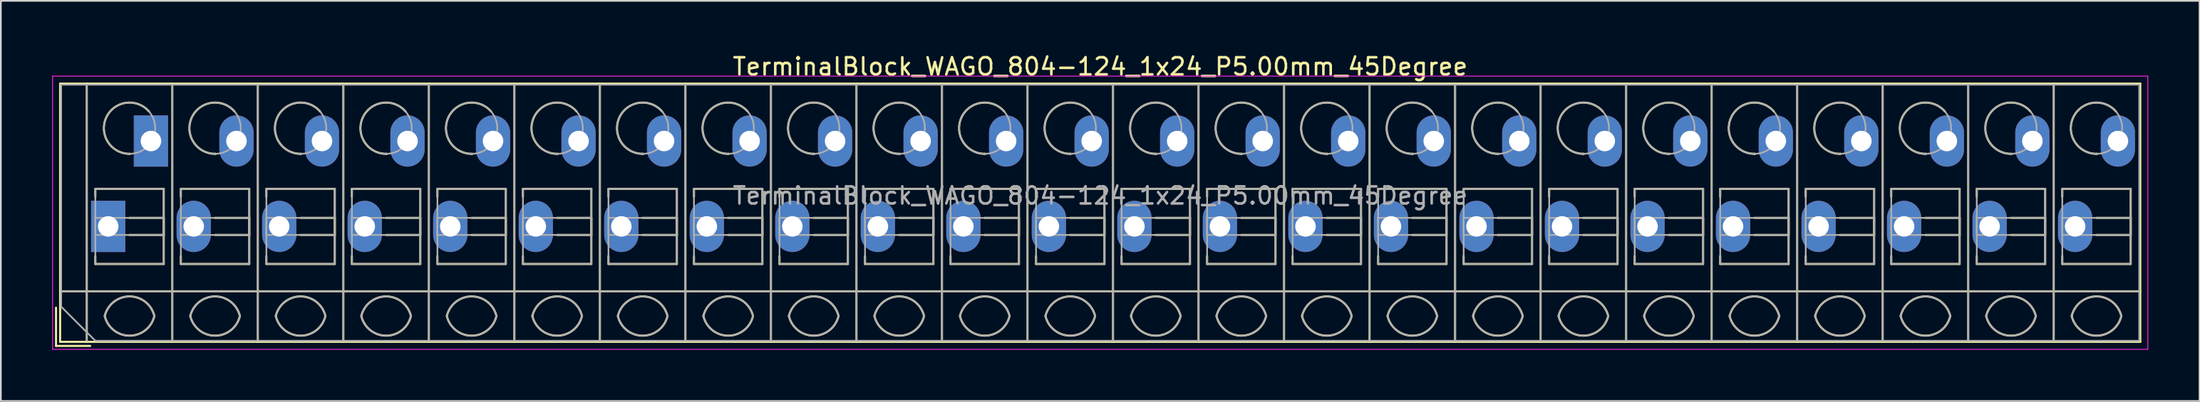
<source format=kicad_pcb>
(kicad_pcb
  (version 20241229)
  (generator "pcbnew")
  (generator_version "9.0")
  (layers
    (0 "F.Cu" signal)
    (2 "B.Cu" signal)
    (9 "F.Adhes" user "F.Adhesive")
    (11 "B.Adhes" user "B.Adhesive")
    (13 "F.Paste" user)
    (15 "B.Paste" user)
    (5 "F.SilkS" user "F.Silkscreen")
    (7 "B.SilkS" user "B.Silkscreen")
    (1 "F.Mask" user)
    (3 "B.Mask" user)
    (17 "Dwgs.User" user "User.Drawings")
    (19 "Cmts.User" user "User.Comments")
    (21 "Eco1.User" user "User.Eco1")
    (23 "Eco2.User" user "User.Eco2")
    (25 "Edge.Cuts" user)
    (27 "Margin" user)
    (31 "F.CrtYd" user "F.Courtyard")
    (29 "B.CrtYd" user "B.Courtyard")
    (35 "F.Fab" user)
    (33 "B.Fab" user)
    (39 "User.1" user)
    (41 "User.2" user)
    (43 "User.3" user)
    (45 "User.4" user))
  (footprint "TerminalBlock_WAGO_804-124_1x24_P5.00mm_45Degree"
    (layer "F.Cu")
    (at 3.275 10.208)
    (property "Reference" "TerminalBlock_WAGO_804-124_1x24_P5.00mm_45Degree" (at 58 -9.36 0) (layer "F.SilkS") (effects (font (size 1 1) (thickness 0.15))))
    (attr through_hole)
    (fp_line (start -3.05 4.76) (end -3.05 7) (stroke (width 0.12) (type solid)) (layer "F.SilkS"))
    (fp_line (start -3.05 7) (end -1.05 7) (stroke (width 0.12) (type solid)) (layer "F.SilkS"))
    (fp_line (start -2.81 -8.361) (end -2.81 6.76) (stroke (width 0.12) (type solid)) (layer "F.SilkS"))
    (fp_line (start -2.81 -8.361) (end 118.81 -8.361) (stroke (width 0.12) (type solid)) (layer "F.SilkS"))
    (fp_line (start -2.81 3.8) (end 118.81 3.8) (stroke (width 0.12) (type solid)) (layer "F.SilkS"))
    (fp_line (start -2.81 6.76) (end 118.81 6.76) (stroke (width 0.12) (type solid)) (layer "F.SilkS"))
    (fp_line (start -1.25 -8.361) (end -1.25 6.76) (stroke (width 0.12) (type solid)) (layer "F.SilkS"))
    (fp_line (start -0.75 -2.2) (end -0.75 -1.74) (stroke (width 0.12) (type solid)) (layer "F.SilkS"))
    (fp_line (start -0.75 -2.2) (end 3.25 -2.2) (stroke (width 0.12) (type solid)) (layer "F.SilkS"))
    (fp_line (start -0.75 1.74) (end -0.75 2.2) (stroke (width 0.12) (type solid)) (layer "F.SilkS"))
    (fp_line (start -0.75 2.2) (end 3.25 2.2) (stroke (width 0.12) (type solid)) (layer "F.SilkS"))
    (fp_line (start 1.24 -0.5) (end 3.25 -0.5) (stroke (width 0.12) (type solid)) (layer "F.SilkS"))
    (fp_line (start 1.24 0.5) (end 3.25 0.5) (stroke (width 0.12) (type solid)) (layer "F.SilkS"))
    (fp_line (start 3.25 -2.2) (end 3.25 2.2) (stroke (width 0.12) (type solid)) (layer "F.SilkS"))
    (fp_line (start 3.25 -0.5) (end 3.25 0.5) (stroke (width 0.12) (type solid)) (layer "F.SilkS"))
    (fp_line (start 3.75 -8.361) (end 3.75 6.76) (stroke (width 0.12) (type solid)) (layer "F.SilkS"))
    (fp_line (start 4.25 -2.2) (end 4.25 -1.74) (stroke (width 0.12) (type solid)) (layer "F.SilkS"))
    (fp_line (start 4.25 -2.2) (end 8.25 -2.2) (stroke (width 0.12) (type solid)) (layer "F.SilkS"))
    (fp_line (start 4.25 1.74) (end 4.25 2.2) (stroke (width 0.12) (type solid)) (layer "F.SilkS"))
    (fp_line (start 4.25 2.2) (end 8.25 2.2) (stroke (width 0.12) (type solid)) (layer "F.SilkS"))
    (fp_line (start 6.24 -0.5) (end 8.25 -0.5) (stroke (width 0.12) (type solid)) (layer "F.SilkS"))
    (fp_line (start 6.24 0.5) (end 8.25 0.5) (stroke (width 0.12) (type solid)) (layer "F.SilkS"))
    (fp_line (start 8.25 -2.2) (end 8.25 2.2) (stroke (width 0.12) (type solid)) (layer "F.SilkS"))
    (fp_line (start 8.25 -0.5) (end 8.25 0.5) (stroke (width 0.12) (type solid)) (layer "F.SilkS"))
    (fp_line (start 8.75 -8.361) (end 8.75 6.76) (stroke (width 0.12) (type solid)) (layer "F.SilkS"))
    (fp_line (start 9.25 -2.2) (end 9.25 -1.74) (stroke (width 0.12) (type solid)) (layer "F.SilkS"))
    (fp_line (start 9.25 -2.2) (end 13.25 -2.2) (stroke (width 0.12) (type solid)) (layer "F.SilkS"))
    (fp_line (start 9.25 1.74) (end 9.25 2.2) (stroke (width 0.12) (type solid)) (layer "F.SilkS"))
    (fp_line (start 9.25 2.2) (end 13.25 2.2) (stroke (width 0.12) (type solid)) (layer "F.SilkS"))
    (fp_line (start 11.24 -0.5) (end 13.25 -0.5) (stroke (width 0.12) (type solid)) (layer "F.SilkS"))
    (fp_line (start 11.24 0.5) (end 13.25 0.5) (stroke (width 0.12) (type solid)) (layer "F.SilkS"))
    (fp_line (start 13.25 -2.2) (end 13.25 2.2) (stroke (width 0.12) (type solid)) (layer "F.SilkS"))
    (fp_line (start 13.25 -0.5) (end 13.25 0.5) (stroke (width 0.12) (type solid)) (layer "F.SilkS"))
    (fp_line (start 13.75 -8.361) (end 13.75 6.76) (stroke (width 0.12) (type solid)) (layer "F.SilkS"))
    (fp_line (start 14.25 -2.2) (end 14.25 -1.74) (stroke (width 0.12) (type solid)) (layer "F.SilkS"))
    (fp_line (start 14.25 -2.2) (end 18.25 -2.2) (stroke (width 0.12) (type solid)) (layer "F.SilkS"))
    (fp_line (start 14.25 1.74) (end 14.25 2.2) (stroke (width 0.12) (type solid)) (layer "F.SilkS"))
    (fp_line (start 14.25 2.2) (end 18.25 2.2) (stroke (width 0.12) (type solid)) (layer "F.SilkS"))
    (fp_line (start 16.24 -0.5) (end 18.25 -0.5) (stroke (width 0.12) (type solid)) (layer "F.SilkS"))
    (fp_line (start 16.24 0.5) (end 18.25 0.5) (stroke (width 0.12) (type solid)) (layer "F.SilkS"))
    (fp_line (start 18.25 -2.2) (end 18.25 2.2) (stroke (width 0.12) (type solid)) (layer "F.SilkS"))
    (fp_line (start 18.25 -0.5) (end 18.25 0.5) (stroke (width 0.12) (type solid)) (layer "F.SilkS"))
    (fp_line (start 18.75 -8.361) (end 18.75 6.76) (stroke (width 0.12) (type solid)) (layer "F.SilkS"))
    (fp_line (start 19.25 -2.2) (end 19.25 -1.74) (stroke (width 0.12) (type solid)) (layer "F.SilkS"))
    (fp_line (start 19.25 -2.2) (end 23.25 -2.2) (stroke (width 0.12) (type solid)) (layer "F.SilkS"))
    (fp_line (start 19.25 1.74) (end 19.25 2.2) (stroke (width 0.12) (type solid)) (layer "F.SilkS"))
    (fp_line (start 19.25 2.2) (end 23.25 2.2) (stroke (width 0.12) (type solid)) (layer "F.SilkS"))
    (fp_line (start 21.24 -0.5) (end 23.25 -0.5) (stroke (width 0.12) (type solid)) (layer "F.SilkS"))
    (fp_line (start 21.24 0.5) (end 23.25 0.5) (stroke (width 0.12) (type solid)) (layer "F.SilkS"))
    (fp_line (start 23.25 -2.2) (end 23.25 2.2) (stroke (width 0.12) (type solid)) (layer "F.SilkS"))
    (fp_line (start 23.25 -0.5) (end 23.25 0.5) (stroke (width 0.12) (type solid)) (layer "F.SilkS"))
    (fp_line (start 23.75 -8.361) (end 23.75 6.76) (stroke (width 0.12) (type solid)) (layer "F.SilkS"))
    (fp_line (start 24.25 -2.2) (end 24.25 -1.74) (stroke (width 0.12) (type solid)) (layer "F.SilkS"))
    (fp_line (start 24.25 -2.2) (end 28.25 -2.2) (stroke (width 0.12) (type solid)) (layer "F.SilkS"))
    (fp_line (start 24.25 1.74) (end 24.25 2.2) (stroke (width 0.12) (type solid)) (layer "F.SilkS"))
    (fp_line (start 24.25 2.2) (end 28.25 2.2) (stroke (width 0.12) (type solid)) (layer "F.SilkS"))
    (fp_line (start 26.24 -0.5) (end 28.25 -0.5) (stroke (width 0.12) (type solid)) (layer "F.SilkS"))
    (fp_line (start 26.24 0.5) (end 28.25 0.5) (stroke (width 0.12) (type solid)) (layer "F.SilkS"))
    (fp_line (start 28.25 -2.2) (end 28.25 2.2) (stroke (width 0.12) (type solid)) (layer "F.SilkS"))
    (fp_line (start 28.25 -0.5) (end 28.25 0.5) (stroke (width 0.12) (type solid)) (layer "F.SilkS"))
    (fp_line (start 28.75 -8.361) (end 28.75 6.76) (stroke (width 0.12) (type solid)) (layer "F.SilkS"))
    (fp_line (start 29.25 -2.2) (end 29.25 -1.74) (stroke (width 0.12) (type solid)) (layer "F.SilkS"))
    (fp_line (start 29.25 -2.2) (end 33.25 -2.2) (stroke (width 0.12) (type solid)) (layer "F.SilkS"))
    (fp_line (start 29.25 1.74) (end 29.25 2.2) (stroke (width 0.12) (type solid)) (layer "F.SilkS"))
    (fp_line (start 29.25 2.2) (end 33.25 2.2) (stroke (width 0.12) (type solid)) (layer "F.SilkS"))
    (fp_line (start 31.24 -0.5) (end 33.25 -0.5) (stroke (width 0.12) (type solid)) (layer "F.SilkS"))
    (fp_line (start 31.24 0.5) (end 33.25 0.5) (stroke (width 0.12) (type solid)) (layer "F.SilkS"))
    (fp_line (start 33.25 -2.2) (end 33.25 2.2) (stroke (width 0.12) (type solid)) (layer "F.SilkS"))
    (fp_line (start 33.25 -0.5) (end 33.25 0.5) (stroke (width 0.12) (type solid)) (layer "F.SilkS"))
    (fp_line (start 33.75 -8.361) (end 33.75 6.76) (stroke (width 0.12) (type solid)) (layer "F.SilkS"))
    (fp_line (start 34.25 -2.2) (end 34.25 -1.74) (stroke (width 0.12) (type solid)) (layer "F.SilkS"))
    (fp_line (start 34.25 -2.2) (end 38.25 -2.2) (stroke (width 0.12) (type solid)) (layer "F.SilkS"))
    (fp_line (start 34.25 1.74) (end 34.25 2.2) (stroke (width 0.12) (type solid)) (layer "F.SilkS"))
    (fp_line (start 34.25 2.2) (end 38.25 2.2) (stroke (width 0.12) (type solid)) (layer "F.SilkS"))
    (fp_line (start 36.24 -0.5) (end 38.25 -0.5) (stroke (width 0.12) (type solid)) (layer "F.SilkS"))
    (fp_line (start 36.24 0.5) (end 38.25 0.5) (stroke (width 0.12) (type solid)) (layer "F.SilkS"))
    (fp_line (start 38.25 -2.2) (end 38.25 2.2) (stroke (width 0.12) (type solid)) (layer "F.SilkS"))
    (fp_line (start 38.25 -0.5) (end 38.25 0.5) (stroke (width 0.12) (type solid)) (layer "F.SilkS"))
    (fp_line (start 38.75 -8.361) (end 38.75 6.76) (stroke (width 0.12) (type solid)) (layer "F.SilkS"))
    (fp_line (start 39.25 -2.2) (end 39.25 -1.74) (stroke (width 0.12) (type solid)) (layer "F.SilkS"))
    (fp_line (start 39.25 -2.2) (end 43.25 -2.2) (stroke (width 0.12) (type solid)) (layer "F.SilkS"))
    (fp_line (start 39.25 1.74) (end 39.25 2.2) (stroke (width 0.12) (type solid)) (layer "F.SilkS"))
    (fp_line (start 39.25 2.2) (end 43.25 2.2) (stroke (width 0.12) (type solid)) (layer "F.SilkS"))
    (fp_line (start 41.24 -0.5) (end 43.25 -0.5) (stroke (width 0.12) (type solid)) (layer "F.SilkS"))
    (fp_line (start 41.24 0.5) (end 43.25 0.5) (stroke (width 0.12) (type solid)) (layer "F.SilkS"))
    (fp_line (start 43.25 -2.2) (end 43.25 2.2) (stroke (width 0.12) (type solid)) (layer "F.SilkS"))
    (fp_line (start 43.25 -0.5) (end 43.25 0.5) (stroke (width 0.12) (type solid)) (layer "F.SilkS"))
    (fp_line (start 43.75 -8.361) (end 43.75 6.76) (stroke (width 0.12) (type solid)) (layer "F.SilkS"))
    (fp_line (start 44.25 -2.2) (end 44.25 -1.74) (stroke (width 0.12) (type solid)) (layer "F.SilkS"))
    (fp_line (start 44.25 -2.2) (end 48.25 -2.2) (stroke (width 0.12) (type solid)) (layer "F.SilkS"))
    (fp_line (start 44.25 1.74) (end 44.25 2.2) (stroke (width 0.12) (type solid)) (layer "F.SilkS"))
    (fp_line (start 44.25 2.2) (end 48.25 2.2) (stroke (width 0.12) (type solid)) (layer "F.SilkS"))
    (fp_line (start 46.24 -0.5) (end 48.25 -0.5) (stroke (width 0.12) (type solid)) (layer "F.SilkS"))
    (fp_line (start 46.24 0.5) (end 48.25 0.5) (stroke (width 0.12) (type solid)) (layer "F.SilkS"))
    (fp_line (start 48.25 -2.2) (end 48.25 2.2) (stroke (width 0.12) (type solid)) (layer "F.SilkS"))
    (fp_line (start 48.25 -0.5) (end 48.25 0.5) (stroke (width 0.12) (type solid)) (layer "F.SilkS"))
    (fp_line (start 48.75 -8.361) (end 48.75 6.76) (stroke (width 0.12) (type solid)) (layer "F.SilkS"))
    (fp_line (start 49.25 -2.2) (end 49.25 -1.74) (stroke (width 0.12) (type solid)) (layer "F.SilkS"))
    (fp_line (start 49.25 -2.2) (end 53.25 -2.2) (stroke (width 0.12) (type solid)) (layer "F.SilkS"))
    (fp_line (start 49.25 1.74) (end 49.25 2.2) (stroke (width 0.12) (type solid)) (layer "F.SilkS"))
    (fp_line (start 49.25 2.2) (end 53.25 2.2) (stroke (width 0.12) (type solid)) (layer "F.SilkS"))
    (fp_line (start 51.24 -0.5) (end 53.25 -0.5) (stroke (width 0.12) (type solid)) (layer "F.SilkS"))
    (fp_line (start 51.24 0.5) (end 53.25 0.5) (stroke (width 0.12) (type solid)) (layer "F.SilkS"))
    (fp_line (start 53.25 -2.2) (end 53.25 2.2) (stroke (width 0.12) (type solid)) (layer "F.SilkS"))
    (fp_line (start 53.25 -0.5) (end 53.25 0.5) (stroke (width 0.12) (type solid)) (layer "F.SilkS"))
    (fp_line (start 53.75 -8.361) (end 53.75 6.76) (stroke (width 0.12) (type solid)) (layer "F.SilkS"))
    (fp_line (start 54.25 -2.2) (end 54.25 -1.74) (stroke (width 0.12) (type solid)) (layer "F.SilkS"))
    (fp_line (start 54.25 -2.2) (end 58.25 -2.2) (stroke (width 0.12) (type solid)) (layer "F.SilkS"))
    (fp_line (start 54.25 1.74) (end 54.25 2.2) (stroke (width 0.12) (type solid)) (layer "F.SilkS"))
    (fp_line (start 54.25 2.2) (end 58.25 2.2) (stroke (width 0.12) (type solid)) (layer "F.SilkS"))
    (fp_line (start 56.24 -0.5) (end 58.25 -0.5) (stroke (width 0.12) (type solid)) (layer "F.SilkS"))
    (fp_line (start 56.24 0.5) (end 58.25 0.5) (stroke (width 0.12) (type solid)) (layer "F.SilkS"))
    (fp_line (start 58.25 -2.2) (end 58.25 2.2) (stroke (width 0.12) (type solid)) (layer "F.SilkS"))
    (fp_line (start 58.25 -0.5) (end 58.25 0.5) (stroke (width 0.12) (type solid)) (layer "F.SilkS"))
    (fp_line (start 58.75 -8.361) (end 58.75 6.76) (stroke (width 0.12) (type solid)) (layer "F.SilkS"))
    (fp_line (start 59.25 -2.2) (end 59.25 -1.74) (stroke (width 0.12) (type solid)) (layer "F.SilkS"))
    (fp_line (start 59.25 -2.2) (end 63.25 -2.2) (stroke (width 0.12) (type solid)) (layer "F.SilkS"))
    (fp_line (start 59.25 1.74) (end 59.25 2.2) (stroke (width 0.12) (type solid)) (layer "F.SilkS"))
    (fp_line (start 59.25 2.2) (end 63.25 2.2) (stroke (width 0.12) (type solid)) (layer "F.SilkS"))
    (fp_line (start 61.24 -0.5) (end 63.25 -0.5) (stroke (width 0.12) (type solid)) (layer "F.SilkS"))
    (fp_line (start 61.24 0.5) (end 63.25 0.5) (stroke (width 0.12) (type solid)) (layer "F.SilkS"))
    (fp_line (start 63.25 -2.2) (end 63.25 2.2) (stroke (width 0.12) (type solid)) (layer "F.SilkS"))
    (fp_line (start 63.25 -0.5) (end 63.25 0.5) (stroke (width 0.12) (type solid)) (layer "F.SilkS"))
    (fp_line (start 63.75 -8.361) (end 63.75 6.76) (stroke (width 0.12) (type solid)) (layer "F.SilkS"))
    (fp_line (start 64.25 -2.2) (end 64.25 -1.74) (stroke (width 0.12) (type solid)) (layer "F.SilkS"))
    (fp_line (start 64.25 -2.2) (end 68.25 -2.2) (stroke (width 0.12) (type solid)) (layer "F.SilkS"))
    (fp_line (start 64.25 1.74) (end 64.25 2.2) (stroke (width 0.12) (type solid)) (layer "F.SilkS"))
    (fp_line (start 64.25 2.2) (end 68.25 2.2) (stroke (width 0.12) (type solid)) (layer "F.SilkS"))
    (fp_line (start 66.24 -0.5) (end 68.25 -0.5) (stroke (width 0.12) (type solid)) (layer "F.SilkS"))
    (fp_line (start 66.24 0.5) (end 68.25 0.5) (stroke (width 0.12) (type solid)) (layer "F.SilkS"))
    (fp_line (start 68.25 -2.2) (end 68.25 2.2) (stroke (width 0.12) (type solid)) (layer "F.SilkS"))
    (fp_line (start 68.25 -0.5) (end 68.25 0.5) (stroke (width 0.12) (type solid)) (layer "F.SilkS"))
    (fp_line (start 68.75 -8.361) (end 68.75 6.76) (stroke (width 0.12) (type solid)) (layer "F.SilkS"))
    (fp_line (start 69.25 -2.2) (end 69.25 -1.74) (stroke (width 0.12) (type solid)) (layer "F.SilkS"))
    (fp_line (start 69.25 -2.2) (end 73.25 -2.2) (stroke (width 0.12) (type solid)) (layer "F.SilkS"))
    (fp_line (start 69.25 1.74) (end 69.25 2.2) (stroke (width 0.12) (type solid)) (layer "F.SilkS"))
    (fp_line (start 69.25 2.2) (end 73.25 2.2) (stroke (width 0.12) (type solid)) (layer "F.SilkS"))
    (fp_line (start 71.24 -0.5) (end 73.25 -0.5) (stroke (width 0.12) (type solid)) (layer "F.SilkS"))
    (fp_line (start 71.24 0.5) (end 73.25 0.5) (stroke (width 0.12) (type solid)) (layer "F.SilkS"))
    (fp_line (start 73.25 -2.2) (end 73.25 2.2) (stroke (width 0.12) (type solid)) (layer "F.SilkS"))
    (fp_line (start 73.25 -0.5) (end 73.25 0.5) (stroke (width 0.12) (type solid)) (layer "F.SilkS"))
    (fp_line (start 73.75 -8.361) (end 73.75 6.76) (stroke (width 0.12) (type solid)) (layer "F.SilkS"))
    (fp_line (start 74.25 -2.2) (end 74.25 -1.74) (stroke (width 0.12) (type solid)) (layer "F.SilkS"))
    (fp_line (start 74.25 -2.2) (end 78.25 -2.2) (stroke (width 0.12) (type solid)) (layer "F.SilkS"))
    (fp_line (start 74.25 1.74) (end 74.25 2.2) (stroke (width 0.12) (type solid)) (layer "F.SilkS"))
    (fp_line (start 74.25 2.2) (end 78.25 2.2) (stroke (width 0.12) (type solid)) (layer "F.SilkS"))
    (fp_line (start 76.24 -0.5) (end 78.25 -0.5) (stroke (width 0.12) (type solid)) (layer "F.SilkS"))
    (fp_line (start 76.24 0.5) (end 78.25 0.5) (stroke (width 0.12) (type solid)) (layer "F.SilkS"))
    (fp_line (start 78.25 -2.2) (end 78.25 2.2) (stroke (width 0.12) (type solid)) (layer "F.SilkS"))
    (fp_line (start 78.25 -0.5) (end 78.25 0.5) (stroke (width 0.12) (type solid)) (layer "F.SilkS"))
    (fp_line (start 78.75 -8.361) (end 78.75 6.76) (stroke (width 0.12) (type solid)) (layer "F.SilkS"))
    (fp_line (start 79.25 -2.2) (end 79.25 -1.74) (stroke (width 0.12) (type solid)) (layer "F.SilkS"))
    (fp_line (start 79.25 -2.2) (end 83.25 -2.2) (stroke (width 0.12) (type solid)) (layer "F.SilkS"))
    (fp_line (start 79.25 1.74) (end 79.25 2.2) (stroke (width 0.12) (type solid)) (layer "F.SilkS"))
    (fp_line (start 79.25 2.2) (end 83.25 2.2) (stroke (width 0.12) (type solid)) (layer "F.SilkS"))
    (fp_line (start 81.24 -0.5) (end 83.25 -0.5) (stroke (width 0.12) (type solid)) (layer "F.SilkS"))
    (fp_line (start 81.24 0.5) (end 83.25 0.5) (stroke (width 0.12) (type solid)) (layer "F.SilkS"))
    (fp_line (start 83.25 -2.2) (end 83.25 2.2) (stroke (width 0.12) (type solid)) (layer "F.SilkS"))
    (fp_line (start 83.25 -0.5) (end 83.25 0.5) (stroke (width 0.12) (type solid)) (layer "F.SilkS"))
    (fp_line (start 83.75 -8.361) (end 83.75 6.76) (stroke (width 0.12) (type solid)) (layer "F.SilkS"))
    (fp_line (start 84.25 -2.2) (end 84.25 -1.74) (stroke (width 0.12) (type solid)) (layer "F.SilkS"))
    (fp_line (start 84.25 -2.2) (end 88.25 -2.2) (stroke (width 0.12) (type solid)) (layer "F.SilkS"))
    (fp_line (start 84.25 1.74) (end 84.25 2.2) (stroke (width 0.12) (type solid)) (layer "F.SilkS"))
    (fp_line (start 84.25 2.2) (end 88.25 2.2) (stroke (width 0.12) (type solid)) (layer "F.SilkS"))
    (fp_line (start 86.24 -0.5) (end 88.25 -0.5) (stroke (width 0.12) (type solid)) (layer "F.SilkS"))
    (fp_line (start 86.24 0.5) (end 88.25 0.5) (stroke (width 0.12) (type solid)) (layer "F.SilkS"))
    (fp_line (start 88.25 -2.2) (end 88.25 2.2) (stroke (width 0.12) (type solid)) (layer "F.SilkS"))
    (fp_line (start 88.25 -0.5) (end 88.25 0.5) (stroke (width 0.12) (type solid)) (layer "F.SilkS"))
    (fp_line (start 88.75 -8.361) (end 88.75 6.76) (stroke (width 0.12) (type solid)) (layer "F.SilkS"))
    (fp_line (start 89.25 -2.2) (end 89.25 -1.74) (stroke (width 0.12) (type solid)) (layer "F.SilkS"))
    (fp_line (start 89.25 -2.2) (end 93.25 -2.2) (stroke (width 0.12) (type solid)) (layer "F.SilkS"))
    (fp_line (start 89.25 1.74) (end 89.25 2.2) (stroke (width 0.12) (type solid)) (layer "F.SilkS"))
    (fp_line (start 89.25 2.2) (end 93.25 2.2) (stroke (width 0.12) (type solid)) (layer "F.SilkS"))
    (fp_line (start 91.24 -0.5) (end 93.25 -0.5) (stroke (width 0.12) (type solid)) (layer "F.SilkS"))
    (fp_line (start 91.24 0.5) (end 93.25 0.5) (stroke (width 0.12) (type solid)) (layer "F.SilkS"))
    (fp_line (start 93.25 -2.2) (end 93.25 2.2) (stroke (width 0.12) (type solid)) (layer "F.SilkS"))
    (fp_line (start 93.25 -0.5) (end 93.25 0.5) (stroke (width 0.12) (type solid)) (layer "F.SilkS"))
    (fp_line (start 93.75 -8.361) (end 93.75 6.76) (stroke (width 0.12) (type solid)) (layer "F.SilkS"))
    (fp_line (start 94.25 -2.2) (end 94.25 -1.74) (stroke (width 0.12) (type solid)) (layer "F.SilkS"))
    (fp_line (start 94.25 -2.2) (end 98.25 -2.2) (stroke (width 0.12) (type solid)) (layer "F.SilkS"))
    (fp_line (start 94.25 1.74) (end 94.25 2.2) (stroke (width 0.12) (type solid)) (layer "F.SilkS"))
    (fp_line (start 94.25 2.2) (end 98.25 2.2) (stroke (width 0.12) (type solid)) (layer "F.SilkS"))
    (fp_line (start 96.24 -0.5) (end 98.25 -0.5) (stroke (width 0.12) (type solid)) (layer "F.SilkS"))
    (fp_line (start 96.24 0.5) (end 98.25 0.5) (stroke (width 0.12) (type solid)) (layer "F.SilkS"))
    (fp_line (start 98.25 -2.2) (end 98.25 2.2) (stroke (width 0.12) (type solid)) (layer "F.SilkS"))
    (fp_line (start 98.25 -0.5) (end 98.25 0.5) (stroke (width 0.12) (type solid)) (layer "F.SilkS"))
    (fp_line (start 98.75 -8.361) (end 98.75 6.76) (stroke (width 0.12) (type solid)) (layer "F.SilkS"))
    (fp_line (start 99.25 -2.2) (end 99.25 -1.74) (stroke (width 0.12) (type solid)) (layer "F.SilkS"))
    (fp_line (start 99.25 -2.2) (end 103.25 -2.2) (stroke (width 0.12) (type solid)) (layer "F.SilkS"))
    (fp_line (start 99.25 1.74) (end 99.25 2.2) (stroke (width 0.12) (type solid)) (layer "F.SilkS"))
    (fp_line (start 99.25 2.2) (end 103.25 2.2) (stroke (width 0.12) (type solid)) (layer "F.SilkS"))
    (fp_line (start 101.24 -0.5) (end 103.25 -0.5) (stroke (width 0.12) (type solid)) (layer "F.SilkS"))
    (fp_line (start 101.24 0.5) (end 103.25 0.5) (stroke (width 0.12) (type solid)) (layer "F.SilkS"))
    (fp_line (start 103.25 -2.2) (end 103.25 2.2) (stroke (width 0.12) (type solid)) (layer "F.SilkS"))
    (fp_line (start 103.25 -0.5) (end 103.25 0.5) (stroke (width 0.12) (type solid)) (layer "F.SilkS"))
    (fp_line (start 103.75 -8.361) (end 103.75 6.76) (stroke (width 0.12) (type solid)) (layer "F.SilkS"))
    (fp_line (start 104.25 -2.2) (end 104.25 -1.74) (stroke (width 0.12) (type solid)) (layer "F.SilkS"))
    (fp_line (start 104.25 -2.2) (end 108.25 -2.2) (stroke (width 0.12) (type solid)) (layer "F.SilkS"))
    (fp_line (start 104.25 1.74) (end 104.25 2.2) (stroke (width 0.12) (type solid)) (layer "F.SilkS"))
    (fp_line (start 104.25 2.2) (end 108.25 2.2) (stroke (width 0.12) (type solid)) (layer "F.SilkS"))
    (fp_line (start 106.24 -0.5) (end 108.25 -0.5) (stroke (width 0.12) (type solid)) (layer "F.SilkS"))
    (fp_line (start 106.24 0.5) (end 108.25 0.5) (stroke (width 0.12) (type solid)) (layer "F.SilkS"))
    (fp_line (start 108.25 -2.2) (end 108.25 2.2) (stroke (width 0.12) (type solid)) (layer "F.SilkS"))
    (fp_line (start 108.25 -0.5) (end 108.25 0.5) (stroke (width 0.12) (type solid)) (layer "F.SilkS"))
    (fp_line (start 108.75 -8.361) (end 108.75 6.76) (stroke (width 0.12) (type solid)) (layer "F.SilkS"))
    (fp_line (start 109.25 -2.2) (end 109.25 -1.74) (stroke (width 0.12) (type solid)) (layer "F.SilkS"))
    (fp_line (start 109.25 -2.2) (end 113.25 -2.2) (stroke (width 0.12) (type solid)) (layer "F.SilkS"))
    (fp_line (start 109.25 1.74) (end 109.25 2.2) (stroke (width 0.12) (type solid)) (layer "F.SilkS"))
    (fp_line (start 109.25 2.2) (end 113.25 2.2) (stroke (width 0.12) (type solid)) (layer "F.SilkS"))
    (fp_line (start 111.24 -0.5) (end 113.25 -0.5) (stroke (width 0.12) (type solid)) (layer "F.SilkS"))
    (fp_line (start 111.24 0.5) (end 113.25 0.5) (stroke (width 0.12) (type solid)) (layer "F.SilkS"))
    (fp_line (start 113.25 -2.2) (end 113.25 2.2) (stroke (width 0.12) (type solid)) (layer "F.SilkS"))
    (fp_line (start 113.25 -0.5) (end 113.25 0.5) (stroke (width 0.12) (type solid)) (layer "F.SilkS"))
    (fp_line (start 113.75 -8.361) (end 113.75 6.76) (stroke (width 0.12) (type solid)) (layer "F.SilkS"))
    (fp_line (start 114.25 -2.2) (end 114.25 -1.74) (stroke (width 0.12) (type solid)) (layer "F.SilkS"))
    (fp_line (start 114.25 -2.2) (end 118.25 -2.2) (stroke (width 0.12) (type solid)) (layer "F.SilkS"))
    (fp_line (start 114.25 1.74) (end 114.25 2.2) (stroke (width 0.12) (type solid)) (layer "F.SilkS"))
    (fp_line (start 114.25 2.2) (end 118.25 2.2) (stroke (width 0.12) (type solid)) (layer "F.SilkS"))
    (fp_line (start 116.24 -0.5) (end 118.25 -0.5) (stroke (width 0.12) (type solid)) (layer "F.SilkS"))
    (fp_line (start 116.24 0.5) (end 118.25 0.5) (stroke (width 0.12) (type solid)) (layer "F.SilkS"))
    (fp_line (start 118.25 -2.2) (end 118.25 2.2) (stroke (width 0.12) (type solid)) (layer "F.SilkS"))
    (fp_line (start 118.25 -0.5) (end 118.25 0.5) (stroke (width 0.12) (type solid)) (layer "F.SilkS"))
    (fp_line (start 118.81 -8.361) (end 118.81 6.76) (stroke (width 0.12) (type solid)) (layer "F.SilkS"))
    (fp_arc (start -0.200865 5.250424) (mid 1.250296 4.099926) (end 2.701 5.251) (stroke (width 0.12) (type solid)) (layer "F.SilkS"))
    (fp_arc (start 1.276179 -4.250228) (mid 1.26309 -4.250057) (end 1.25 -4.25) (stroke (width 0.12) (type solid)) (layer "F.SilkS"))
    (fp_arc (start 1.276275 -4.248926) (mid -0.121539 -6.360568) (end 2.383 -6.735) (stroke (width 0.12) (type solid)) (layer "F.SilkS"))
    (fp_arc (start 2.7 5.25) (mid 1.250068 6.400101) (end -0.199969 5.250133) (stroke (width 0.12) (type solid)) (layer "F.SilkS"))
    (fp_arc (start 4.799135 5.250424) (mid 6.250296 4.099926) (end 7.701 5.251) (stroke (width 0.12) (type solid)) (layer "F.SilkS"))
    (fp_arc (start 6.276179 -4.250228) (mid 6.26309 -4.250057) (end 6.25 -4.25) (stroke (width 0.12) (type solid)) (layer "F.SilkS"))
    (fp_arc (start 6.276275 -4.248926) (mid 4.878461 -6.360568) (end 7.383 -6.735) (stroke (width 0.12) (type solid)) (layer "F.SilkS"))
    (fp_arc (start 7.7 5.25) (mid 6.250068 6.400101) (end 4.800031 5.250133) (stroke (width 0.12) (type solid)) (layer "F.SilkS"))
    (fp_arc (start 9.799135 5.250424) (mid 11.250296 4.099926) (end 12.701 5.251) (stroke (width 0.12) (type solid)) (layer "F.SilkS"))
    (fp_arc (start 11.276179 -4.250228) (mid 11.26309 -4.250057) (end 11.25 -4.25) (stroke (width 0.12) (type solid)) (layer "F.SilkS"))
    (fp_arc (start 11.276275 -4.248926) (mid 9.878461 -6.360568) (end 12.383 -6.735) (stroke (width 0.12) (type solid)) (layer "F.SilkS"))
    (fp_arc (start 12.7 5.25) (mid 11.250068 6.400101) (end 9.800031 5.250133) (stroke (width 0.12) (type solid)) (layer "F.SilkS"))
    (fp_arc (start 14.799135 5.250424) (mid 16.250296 4.099926) (end 17.701 5.251) (stroke (width 0.12) (type solid)) (layer "F.SilkS"))
    (fp_arc (start 16.276179 -4.250228) (mid 16.26309 -4.250057) (end 16.25 -4.25) (stroke (width 0.12) (type solid)) (layer "F.SilkS"))
    (fp_arc (start 16.276275 -4.248926) (mid 14.878461 -6.360568) (end 17.383 -6.735) (stroke (width 0.12) (type solid)) (layer "F.SilkS"))
    (fp_arc (start 17.7 5.25) (mid 16.250068 6.400101) (end 14.800031 5.250133) (stroke (width 0.12) (type solid)) (layer "F.SilkS"))
    (fp_arc (start 19.799135 5.250424) (mid 21.250296 4.099926) (end 22.701 5.251) (stroke (width 0.12) (type solid)) (layer "F.SilkS"))
    (fp_arc (start 21.276179 -4.250228) (mid 21.26309 -4.250057) (end 21.25 -4.25) (stroke (width 0.12) (type solid)) (layer "F.SilkS"))
    (fp_arc (start 21.276275 -4.248926) (mid 19.878461 -6.360568) (end 22.383 -6.735) (stroke (width 0.12) (type solid)) (layer "F.SilkS"))
    (fp_arc (start 22.7 5.25) (mid 21.250068 6.400101) (end 19.800031 5.250133) (stroke (width 0.12) (type solid)) (layer "F.SilkS"))
    (fp_arc (start 24.799135 5.250424) (mid 26.250296 4.099926) (end 27.701 5.251) (stroke (width 0.12) (type solid)) (layer "F.SilkS"))
    (fp_arc (start 26.276179 -4.250228) (mid 26.26309 -4.250057) (end 26.25 -4.25) (stroke (width 0.12) (type solid)) (layer "F.SilkS"))
    (fp_arc (start 26.276275 -4.248926) (mid 24.878461 -6.360568) (end 27.383 -6.735) (stroke (width 0.12) (type solid)) (layer "F.SilkS"))
    (fp_arc (start 27.7 5.25) (mid 26.250068 6.400101) (end 24.800031 5.250133) (stroke (width 0.12) (type solid)) (layer "F.SilkS"))
    (fp_arc (start 29.799135 5.250424) (mid 31.250296 4.099926) (end 32.701 5.251) (stroke (width 0.12) (type solid)) (layer "F.SilkS"))
    (fp_arc (start 31.276179 -4.250228) (mid 31.26309 -4.250057) (end 31.25 -4.25) (stroke (width 0.12) (type solid)) (layer "F.SilkS"))
    (fp_arc (start 31.276275 -4.248926) (mid 29.878461 -6.360568) (end 32.383 -6.735) (stroke (width 0.12) (type solid)) (layer "F.SilkS"))
    (fp_arc (start 32.701 5.25) (mid 31.250296 6.401074) (end 29.799135 5.250576) (stroke (width 0.12) (type solid)) (layer "F.SilkS"))
    (fp_arc (start 34.799135 5.250424) (mid 36.250296 4.099926) (end 37.701 5.251) (stroke (width 0.12) (type solid)) (layer "F.SilkS"))
    (fp_arc (start 36.276179 -4.250228) (mid 36.26309 -4.250057) (end 36.25 -4.25) (stroke (width 0.12) (type solid)) (layer "F.SilkS"))
    (fp_arc (start 36.276275 -4.248926) (mid 34.878461 -6.360568) (end 37.383 -6.735) (stroke (width 0.12) (type solid)) (layer "F.SilkS"))
    (fp_arc (start 37.7 5.25) (mid 36.250068 6.400101) (end 34.800031 5.250133) (stroke (width 0.12) (type solid)) (layer "F.SilkS"))
    (fp_arc (start 39.799135 5.250424) (mid 41.250296 4.099926) (end 42.701 5.251) (stroke (width 0.12) (type solid)) (layer "F.SilkS"))
    (fp_arc (start 41.276179 -4.250228) (mid 41.26309 -4.250057) (end 41.25 -4.25) (stroke (width 0.12) (type solid)) (layer "F.SilkS"))
    (fp_arc (start 41.276275 -4.248926) (mid 39.878461 -6.360568) (end 42.383 -6.735) (stroke (width 0.12) (type solid)) (layer "F.SilkS"))
    (fp_arc (start 42.7 5.25) (mid 41.250068 6.400101) (end 39.800031 5.250133) (stroke (width 0.12) (type solid)) (layer "F.SilkS"))
    (fp_arc (start 44.799135 5.250424) (mid 46.250296 4.099926) (end 47.701 5.251) (stroke (width 0.12) (type solid)) (layer "F.SilkS"))
    (fp_arc (start 46.276179 -4.250228) (mid 46.26309 -4.250057) (end 46.25 -4.25) (stroke (width 0.12) (type solid)) (layer "F.SilkS"))
    (fp_arc (start 46.276275 -4.248926) (mid 44.878461 -6.360568) (end 47.383 -6.735) (stroke (width 0.12) (type solid)) (layer "F.SilkS"))
    (fp_arc (start 47.7 5.25) (mid 46.250068 6.400101) (end 44.800031 5.250133) (stroke (width 0.12) (type solid)) (layer "F.SilkS"))
    (fp_arc (start 49.799135 5.250424) (mid 51.250296 4.099926) (end 52.701 5.251) (stroke (width 0.12) (type solid)) (layer "F.SilkS"))
    (fp_arc (start 51.276179 -4.250228) (mid 51.26309 -4.250057) (end 51.25 -4.25) (stroke (width 0.12) (type solid)) (layer "F.SilkS"))
    (fp_arc (start 51.276275 -4.248926) (mid 49.878461 -6.360568) (end 52.383 -6.735) (stroke (width 0.12) (type solid)) (layer "F.SilkS"))
    (fp_arc (start 52.7 5.25) (mid 51.250068 6.400101) (end 49.800031 5.250133) (stroke (width 0.12) (type solid)) (layer "F.SilkS"))
    (fp_arc (start 54.799135 5.250424) (mid 56.250296 4.099926) (end 57.701 5.251) (stroke (width 0.12) (type solid)) (layer "F.SilkS"))
    (fp_arc (start 56.276179 -4.250228) (mid 56.26309 -4.250057) (end 56.25 -4.25) (stroke (width 0.12) (type solid)) (layer "F.SilkS"))
    (fp_arc (start 56.276275 -4.248926) (mid 54.878461 -6.360568) (end 57.383 -6.735) (stroke (width 0.12) (type solid)) (layer "F.SilkS"))
    (fp_arc (start 57.7 5.25) (mid 56.250068 6.400101) (end 54.800031 5.250133) (stroke (width 0.12) (type solid)) (layer "F.SilkS"))
    (fp_arc (start 59.799135 5.250424) (mid 61.250296 4.099926) (end 62.701 5.251) (stroke (width 0.12) (type solid)) (layer "F.SilkS"))
    (fp_arc (start 61.276179 -4.250228) (mid 61.26309 -4.250057) (end 61.25 -4.25) (stroke (width 0.12) (type solid)) (layer "F.SilkS"))
    (fp_arc (start 61.276275 -4.248926) (mid 59.878461 -6.360568) (end 62.383 -6.735) (stroke (width 0.12) (type solid)) (layer "F.SilkS"))
    (fp_arc (start 62.7 5.25) (mid 61.250068 6.400101) (end 59.800031 5.250133) (stroke (width 0.12) (type solid)) (layer "F.SilkS"))
    (fp_arc (start 64.799135 5.250424) (mid 66.250296 4.099926) (end 67.701 5.251) (stroke (width 0.12) (type solid)) (layer "F.SilkS"))
    (fp_arc (start 66.276179 -4.250228) (mid 66.26309 -4.250057) (end 66.25 -4.25) (stroke (width 0.12) (type solid)) (layer "F.SilkS"))
    (fp_arc (start 66.276275 -4.248926) (mid 64.878461 -6.360568) (end 67.383 -6.735) (stroke (width 0.12) (type solid)) (layer "F.SilkS"))
    (fp_arc (start 67.7 5.25) (mid 66.250068 6.400101) (end 64.800031 5.250133) (stroke (width 0.12) (type solid)) (layer "F.SilkS"))
    (fp_arc (start 69.799135 5.250424) (mid 71.250296 4.099926) (end 72.701 5.251) (stroke (width 0.12) (type solid)) (layer "F.SilkS"))
    (fp_arc (start 71.276179 -4.250228) (mid 71.26309 -4.250057) (end 71.25 -4.25) (stroke (width 0.12) (type solid)) (layer "F.SilkS"))
    (fp_arc (start 71.276275 -4.248926) (mid 69.878461 -6.360568) (end 72.383 -6.735) (stroke (width 0.12) (type solid)) (layer "F.SilkS"))
    (fp_arc (start 72.7 5.25) (mid 71.250068 6.400101) (end 69.800031 5.250133) (stroke (width 0.12) (type solid)) (layer "F.SilkS"))
    (fp_arc (start 74.799135 5.250424) (mid 76.250296 4.099926) (end 77.701 5.251) (stroke (width 0.12) (type solid)) (layer "F.SilkS"))
    (fp_arc (start 76.276179 -4.250228) (mid 76.26309 -4.250057) (end 76.25 -4.25) (stroke (width 0.12) (type solid)) (layer "F.SilkS"))
    (fp_arc (start 76.276275 -4.248926) (mid 74.878461 -6.360568) (end 77.383 -6.735) (stroke (width 0.12) (type solid)) (layer "F.SilkS"))
    (fp_arc (start 77.7 5.25) (mid 76.250068 6.400101) (end 74.800031 5.250133) (stroke (width 0.12) (type solid)) (layer "F.SilkS"))
    (fp_arc (start 79.799135 5.250424) (mid 81.250296 4.099926) (end 82.701 5.251) (stroke (width 0.12) (type solid)) (layer "F.SilkS"))
    (fp_arc (start 81.276179 -4.250228) (mid 81.26309 -4.250057) (end 81.25 -4.25) (stroke (width 0.12) (type solid)) (layer "F.SilkS"))
    (fp_arc (start 81.276275 -4.248926) (mid 79.878461 -6.360568) (end 82.383 -6.735) (stroke (width 0.12) (type solid)) (layer "F.SilkS"))
    (fp_arc (start 82.7 5.25) (mid 81.250068 6.400101) (end 79.800031 5.250133) (stroke (width 0.12) (type solid)) (layer "F.SilkS"))
    (fp_arc (start 84.799135 5.250424) (mid 86.250296 4.099926) (end 87.701 5.251) (stroke (width 0.12) (type solid)) (layer "F.SilkS"))
    (fp_arc (start 86.276179 -4.250228) (mid 86.26309 -4.250057) (end 86.25 -4.25) (stroke (width 0.12) (type solid)) (layer "F.SilkS"))
    (fp_arc (start 86.276275 -4.248926) (mid 84.878461 -6.360568) (end 87.383 -6.735) (stroke (width 0.12) (type solid)) (layer "F.SilkS"))
    (fp_arc (start 87.7 5.25) (mid 86.250068 6.400101) (end 84.800031 5.250133) (stroke (width 0.12) (type solid)) (layer "F.SilkS"))
    (fp_arc (start 89.799135 5.250424) (mid 91.250296 4.099926) (end 92.701 5.251) (stroke (width 0.12) (type solid)) (layer "F.SilkS"))
    (fp_arc (start 91.276179 -4.250228) (mid 91.26309 -4.250057) (end 91.25 -4.25) (stroke (width 0.12) (type solid)) (layer "F.SilkS"))
    (fp_arc (start 91.276275 -4.248926) (mid 89.878461 -6.360568) (end 92.383 -6.735) (stroke (width 0.12) (type solid)) (layer "F.SilkS"))
    (fp_arc (start 92.7 5.25) (mid 91.250068 6.400101) (end 89.800031 5.250133) (stroke (width 0.12) (type solid)) (layer "F.SilkS"))
    (fp_arc (start 94.799135 5.250424) (mid 96.250296 4.099926) (end 97.701 5.251) (stroke (width 0.12) (type solid)) (layer "F.SilkS"))
    (fp_arc (start 96.276179 -4.250228) (mid 96.26309 -4.250057) (end 96.25 -4.25) (stroke (width 0.12) (type solid)) (layer "F.SilkS"))
    (fp_arc (start 96.276275 -4.248926) (mid 94.878461 -6.360568) (end 97.383 -6.735) (stroke (width 0.12) (type solid)) (layer "F.SilkS"))
    (fp_arc (start 97.7 5.25) (mid 96.250068 6.400101) (end 94.800031 5.250133) (stroke (width 0.12) (type solid)) (layer "F.SilkS"))
    (fp_arc (start 99.799135 5.250424) (mid 101.250296 4.099926) (end 102.701 5.251) (stroke (width 0.12) (type solid)) (layer "F.SilkS"))
    (fp_arc (start 101.276179 -4.250228) (mid 101.26309 -4.250057) (end 101.25 -4.25) (stroke (width 0.12) (type solid)) (layer "F.SilkS"))
    (fp_arc (start 101.276275 -4.248926) (mid 99.878461 -6.360568) (end 102.383 -6.735) (stroke (width 0.12) (type solid)) (layer "F.SilkS"))
    (fp_arc (start 102.7 5.25) (mid 101.250068 6.400101) (end 99.800031 5.250133) (stroke (width 0.12) (type solid)) (layer "F.SilkS"))
    (fp_arc (start 104.799135 5.250424) (mid 106.250296 4.099926) (end 107.701 5.251) (stroke (width 0.12) (type solid)) (layer "F.SilkS"))
    (fp_arc (start 106.276179 -4.250228) (mid 106.26309 -4.250057) (end 106.25 -4.25) (stroke (width 0.12) (type solid)) (layer "F.SilkS"))
    (fp_arc (start 106.276275 -4.248926) (mid 104.878461 -6.360568) (end 107.383 -6.735) (stroke (width 0.12) (type solid)) (layer "F.SilkS"))
    (fp_arc (start 107.7 5.25) (mid 106.250068 6.400101) (end 104.800031 5.250133) (stroke (width 0.12) (type solid)) (layer "F.SilkS"))
    (fp_arc (start 109.799135 5.250424) (mid 111.250296 4.099926) (end 112.701 5.251) (stroke (width 0.12) (type solid)) (layer "F.SilkS"))
    (fp_arc (start 111.276179 -4.250228) (mid 111.26309 -4.250057) (end 111.25 -4.25) (stroke (width 0.12) (type solid)) (layer "F.SilkS"))
    (fp_arc (start 111.276275 -4.248926) (mid 109.878461 -6.360568) (end 112.383 -6.735) (stroke (width 0.12) (type solid)) (layer "F.SilkS"))
    (fp_arc (start 112.7 5.25) (mid 111.250068 6.400101) (end 109.800031 5.250133) (stroke (width 0.12) (type solid)) (layer "F.SilkS"))
    (fp_arc (start 114.799135 5.250424) (mid 116.250296 4.099926) (end 117.701 5.251) (stroke (width 0.12) (type solid)) (layer "F.SilkS"))
    (fp_arc (start 116.276179 -4.250228) (mid 116.26309 -4.250057) (end 116.25 -4.25) (stroke (width 0.12) (type solid)) (layer "F.SilkS"))
    (fp_arc (start 116.276275 -4.248926) (mid 114.878461 -6.360568) (end 117.383 -6.735) (stroke (width 0.12) (type solid)) (layer "F.SilkS"))
    (fp_arc (start 117.7 5.25) (mid 116.250068 6.400101) (end 114.800031 5.250133) (stroke (width 0.12) (type solid)) (layer "F.SilkS"))
    (fp_line (start -3.25 -8.8) (end -3.25 7.2) (stroke (width 0.05) (type solid)) (layer "F.CrtYd"))
    (fp_line (start -3.25 7.2) (end 119.25 7.2) (stroke (width 0.05) (type solid)) (layer "F.CrtYd"))
    (fp_line (start 119.25 -8.8) (end -3.25 -8.8) (stroke (width 0.05) (type solid)) (layer "F.CrtYd"))
    (fp_line (start 119.25 7.2) (end 119.25 -8.8) (stroke (width 0.05) (type solid)) (layer "F.CrtYd"))
    (fp_line (start -2.75 -8.3) (end 118.75 -8.3) (stroke (width 0.1) (type solid)) (layer "F.Fab"))
    (fp_line (start -2.75 3.8) (end 118.75 3.8) (stroke (width 0.1) (type solid)) (layer "F.Fab"))
    (fp_line (start -2.75 4.7) (end -2.75 -8.3) (stroke (width 0.1) (type solid)) (layer "F.Fab"))
    (fp_line (start -1.25 -8.3) (end -1.25 6.7) (stroke (width 0.1) (type solid)) (layer "F.Fab"))
    (fp_line (start -0.75 -2.2) (end -0.75 2.2) (stroke (width 0.1) (type solid)) (layer "F.Fab"))
    (fp_line (start -0.75 -0.5) (end -0.75 0.5) (stroke (width 0.1) (type solid)) (layer "F.Fab"))
    (fp_line (start -0.75 0.5) (end 3.25 0.5) (stroke (width 0.1) (type solid)) (layer "F.Fab"))
    (fp_line (start -0.75 2.2) (end 3.25 2.2) (stroke (width 0.1) (type solid)) (layer "F.Fab"))
    (fp_line (start -0.75 6.7) (end -2.75 4.7) (stroke (width 0.1) (type solid)) (layer "F.Fab"))
    (fp_line (start 3.25 -2.2) (end -0.75 -2.2) (stroke (width 0.1) (type solid)) (layer "F.Fab"))
    (fp_line (start 3.25 -0.5) (end -0.75 -0.5) (stroke (width 0.1) (type solid)) (layer "F.Fab"))
    (fp_line (start 3.25 0.5) (end 3.25 -0.5) (stroke (width 0.1) (type solid)) (layer "F.Fab"))
    (fp_line (start 3.25 2.2) (end 3.25 -2.2) (stroke (width 0.1) (type solid)) (layer "F.Fab"))
    (fp_line (start 3.75 -8.3) (end 3.75 6.7) (stroke (width 0.1) (type solid)) (layer "F.Fab"))
    (fp_line (start 4.25 -2.2) (end 4.25 2.2) (stroke (width 0.1) (type solid)) (layer "F.Fab"))
    (fp_line (start 4.25 -0.5) (end 4.25 0.5) (stroke (width 0.1) (type solid)) (layer "F.Fab"))
    (fp_line (start 4.25 0.5) (end 8.25 0.5) (stroke (width 0.1) (type solid)) (layer "F.Fab"))
    (fp_line (start 4.25 2.2) (end 8.25 2.2) (stroke (width 0.1) (type solid)) (layer "F.Fab"))
    (fp_line (start 8.25 -2.2) (end 4.25 -2.2) (stroke (width 0.1) (type solid)) (layer "F.Fab"))
    (fp_line (start 8.25 -0.5) (end 4.25 -0.5) (stroke (width 0.1) (type solid)) (layer "F.Fab"))
    (fp_line (start 8.25 0.5) (end 8.25 -0.5) (stroke (width 0.1) (type solid)) (layer "F.Fab"))
    (fp_line (start 8.25 2.2) (end 8.25 -2.2) (stroke (width 0.1) (type solid)) (layer "F.Fab"))
    (fp_line (start 8.75 -8.3) (end 8.75 6.7) (stroke (width 0.1) (type solid)) (layer "F.Fab"))
    (fp_line (start 9.25 -2.2) (end 9.25 2.2) (stroke (width 0.1) (type solid)) (layer "F.Fab"))
    (fp_line (start 9.25 -0.5) (end 9.25 0.5) (stroke (width 0.1) (type solid)) (layer "F.Fab"))
    (fp_line (start 9.25 0.5) (end 13.25 0.5) (stroke (width 0.1) (type solid)) (layer "F.Fab"))
    (fp_line (start 9.25 2.2) (end 13.25 2.2) (stroke (width 0.1) (type solid)) (layer "F.Fab"))
    (fp_line (start 13.25 -2.2) (end 9.25 -2.2) (stroke (width 0.1) (type solid)) (layer "F.Fab"))
    (fp_line (start 13.25 -0.5) (end 9.25 -0.5) (stroke (width 0.1) (type solid)) (layer "F.Fab"))
    (fp_line (start 13.25 0.5) (end 13.25 -0.5) (stroke (width 0.1) (type solid)) (layer "F.Fab"))
    (fp_line (start 13.25 2.2) (end 13.25 -2.2) (stroke (width 0.1) (type solid)) (layer "F.Fab"))
    (fp_line (start 13.75 -8.3) (end 13.75 6.7) (stroke (width 0.1) (type solid)) (layer "F.Fab"))
    (fp_line (start 14.25 -2.2) (end 14.25 2.2) (stroke (width 0.1) (type solid)) (layer "F.Fab"))
    (fp_line (start 14.25 -0.5) (end 14.25 0.5) (stroke (width 0.1) (type solid)) (layer "F.Fab"))
    (fp_line (start 14.25 0.5) (end 18.25 0.5) (stroke (width 0.1) (type solid)) (layer "F.Fab"))
    (fp_line (start 14.25 2.2) (end 18.25 2.2) (stroke (width 0.1) (type solid)) (layer "F.Fab"))
    (fp_line (start 18.25 -2.2) (end 14.25 -2.2) (stroke (width 0.1) (type solid)) (layer "F.Fab"))
    (fp_line (start 18.25 -0.5) (end 14.25 -0.5) (stroke (width 0.1) (type solid)) (layer "F.Fab"))
    (fp_line (start 18.25 0.5) (end 18.25 -0.5) (stroke (width 0.1) (type solid)) (layer "F.Fab"))
    (fp_line (start 18.25 2.2) (end 18.25 -2.2) (stroke (width 0.1) (type solid)) (layer "F.Fab"))
    (fp_line (start 18.75 -8.3) (end 18.75 6.7) (stroke (width 0.1) (type solid)) (layer "F.Fab"))
    (fp_line (start 19.25 -2.2) (end 19.25 2.2) (stroke (width 0.1) (type solid)) (layer "F.Fab"))
    (fp_line (start 19.25 -0.5) (end 19.25 0.5) (stroke (width 0.1) (type solid)) (layer "F.Fab"))
    (fp_line (start 19.25 0.5) (end 23.25 0.5) (stroke (width 0.1) (type solid)) (layer "F.Fab"))
    (fp_line (start 19.25 2.2) (end 23.25 2.2) (stroke (width 0.1) (type solid)) (layer "F.Fab"))
    (fp_line (start 23.25 -2.2) (end 19.25 -2.2) (stroke (width 0.1) (type solid)) (layer "F.Fab"))
    (fp_line (start 23.25 -0.5) (end 19.25 -0.5) (stroke (width 0.1) (type solid)) (layer "F.Fab"))
    (fp_line (start 23.25 0.5) (end 23.25 -0.5) (stroke (width 0.1) (type solid)) (layer "F.Fab"))
    (fp_line (start 23.25 2.2) (end 23.25 -2.2) (stroke (width 0.1) (type solid)) (layer "F.Fab"))
    (fp_line (start 23.75 -8.3) (end 23.75 6.7) (stroke (width 0.1) (type solid)) (layer "F.Fab"))
    (fp_line (start 24.25 -2.2) (end 24.25 2.2) (stroke (width 0.1) (type solid)) (layer "F.Fab"))
    (fp_line (start 24.25 -0.5) (end 24.25 0.5) (stroke (width 0.1) (type solid)) (layer "F.Fab"))
    (fp_line (start 24.25 0.5) (end 28.25 0.5) (stroke (width 0.1) (type solid)) (layer "F.Fab"))
    (fp_line (start 24.25 2.2) (end 28.25 2.2) (stroke (width 0.1) (type solid)) (layer "F.Fab"))
    (fp_line (start 28.25 -2.2) (end 24.25 -2.2) (stroke (width 0.1) (type solid)) (layer "F.Fab"))
    (fp_line (start 28.25 -0.5) (end 24.25 -0.5) (stroke (width 0.1) (type solid)) (layer "F.Fab"))
    (fp_line (start 28.25 0.5) (end 28.25 -0.5) (stroke (width 0.1) (type solid)) (layer "F.Fab"))
    (fp_line (start 28.25 2.2) (end 28.25 -2.2) (stroke (width 0.1) (type solid)) (layer "F.Fab"))
    (fp_line (start 28.75 -8.3) (end 28.75 6.7) (stroke (width 0.1) (type solid)) (layer "F.Fab"))
    (fp_line (start 29.25 -2.2) (end 29.25 2.2) (stroke (width 0.1) (type solid)) (layer "F.Fab"))
    (fp_line (start 29.25 -0.5) (end 29.25 0.5) (stroke (width 0.1) (type solid)) (layer "F.Fab"))
    (fp_line (start 29.25 0.5) (end 33.25 0.5) (stroke (width 0.1) (type solid)) (layer "F.Fab"))
    (fp_line (start 29.25 2.2) (end 33.25 2.2) (stroke (width 0.1) (type solid)) (layer "F.Fab"))
    (fp_line (start 33.25 -2.2) (end 29.25 -2.2) (stroke (width 0.1) (type solid)) (layer "F.Fab"))
    (fp_line (start 33.25 -0.5) (end 29.25 -0.5) (stroke (width 0.1) (type solid)) (layer "F.Fab"))
    (fp_line (start 33.25 0.5) (end 33.25 -0.5) (stroke (width 0.1) (type solid)) (layer "F.Fab"))
    (fp_line (start 33.25 2.2) (end 33.25 -2.2) (stroke (width 0.1) (type solid)) (layer "F.Fab"))
    (fp_line (start 33.75 -8.3) (end 33.75 6.7) (stroke (width 0.1) (type solid)) (layer "F.Fab"))
    (fp_line (start 34.25 -2.2) (end 34.25 2.2) (stroke (width 0.1) (type solid)) (layer "F.Fab"))
    (fp_line (start 34.25 -0.5) (end 34.25 0.5) (stroke (width 0.1) (type solid)) (layer "F.Fab"))
    (fp_line (start 34.25 0.5) (end 38.25 0.5) (stroke (width 0.1) (type solid)) (layer "F.Fab"))
    (fp_line (start 34.25 2.2) (end 38.25 2.2) (stroke (width 0.1) (type solid)) (layer "F.Fab"))
    (fp_line (start 38.25 -2.2) (end 34.25 -2.2) (stroke (width 0.1) (type solid)) (layer "F.Fab"))
    (fp_line (start 38.25 -0.5) (end 34.25 -0.5) (stroke (width 0.1) (type solid)) (layer "F.Fab"))
    (fp_line (start 38.25 0.5) (end 38.25 -0.5) (stroke (width 0.1) (type solid)) (layer "F.Fab"))
    (fp_line (start 38.25 2.2) (end 38.25 -2.2) (stroke (width 0.1) (type solid)) (layer "F.Fab"))
    (fp_line (start 38.75 -8.3) (end 38.75 6.7) (stroke (width 0.1) (type solid)) (layer "F.Fab"))
    (fp_line (start 39.25 -2.2) (end 39.25 2.2) (stroke (width 0.1) (type solid)) (layer "F.Fab"))
    (fp_line (start 39.25 -0.5) (end 39.25 0.5) (stroke (width 0.1) (type solid)) (layer "F.Fab"))
    (fp_line (start 39.25 0.5) (end 43.25 0.5) (stroke (width 0.1) (type solid)) (layer "F.Fab"))
    (fp_line (start 39.25 2.2) (end 43.25 2.2) (stroke (width 0.1) (type solid)) (layer "F.Fab"))
    (fp_line (start 43.25 -2.2) (end 39.25 -2.2) (stroke (width 0.1) (type solid)) (layer "F.Fab"))
    (fp_line (start 43.25 -0.5) (end 39.25 -0.5) (stroke (width 0.1) (type solid)) (layer "F.Fab"))
    (fp_line (start 43.25 0.5) (end 43.25 -0.5) (stroke (width 0.1) (type solid)) (layer "F.Fab"))
    (fp_line (start 43.25 2.2) (end 43.25 -2.2) (stroke (width 0.1) (type solid)) (layer "F.Fab"))
    (fp_line (start 43.75 -8.3) (end 43.75 6.7) (stroke (width 0.1) (type solid)) (layer "F.Fab"))
    (fp_line (start 44.25 -2.2) (end 44.25 2.2) (stroke (width 0.1) (type solid)) (layer "F.Fab"))
    (fp_line (start 44.25 -0.5) (end 44.25 0.5) (stroke (width 0.1) (type solid)) (layer "F.Fab"))
    (fp_line (start 44.25 0.5) (end 48.25 0.5) (stroke (width 0.1) (type solid)) (layer "F.Fab"))
    (fp_line (start 44.25 2.2) (end 48.25 2.2) (stroke (width 0.1) (type solid)) (layer "F.Fab"))
    (fp_line (start 48.25 -2.2) (end 44.25 -2.2) (stroke (width 0.1) (type solid)) (layer "F.Fab"))
    (fp_line (start 48.25 -0.5) (end 44.25 -0.5) (stroke (width 0.1) (type solid)) (layer "F.Fab"))
    (fp_line (start 48.25 0.5) (end 48.25 -0.5) (stroke (width 0.1) (type solid)) (layer "F.Fab"))
    (fp_line (start 48.25 2.2) (end 48.25 -2.2) (stroke (width 0.1) (type solid)) (layer "F.Fab"))
    (fp_line (start 48.75 -8.3) (end 48.75 6.7) (stroke (width 0.1) (type solid)) (layer "F.Fab"))
    (fp_line (start 49.25 -2.2) (end 49.25 2.2) (stroke (width 0.1) (type solid)) (layer "F.Fab"))
    (fp_line (start 49.25 -0.5) (end 49.25 0.5) (stroke (width 0.1) (type solid)) (layer "F.Fab"))
    (fp_line (start 49.25 0.5) (end 53.25 0.5) (stroke (width 0.1) (type solid)) (layer "F.Fab"))
    (fp_line (start 49.25 2.2) (end 53.25 2.2) (stroke (width 0.1) (type solid)) (layer "F.Fab"))
    (fp_line (start 53.25 -2.2) (end 49.25 -2.2) (stroke (width 0.1) (type solid)) (layer "F.Fab"))
    (fp_line (start 53.25 -0.5) (end 49.25 -0.5) (stroke (width 0.1) (type solid)) (layer "F.Fab"))
    (fp_line (start 53.25 0.5) (end 53.25 -0.5) (stroke (width 0.1) (type solid)) (layer "F.Fab"))
    (fp_line (start 53.25 2.2) (end 53.25 -2.2) (stroke (width 0.1) (type solid)) (layer "F.Fab"))
    (fp_line (start 53.75 -8.3) (end 53.75 6.7) (stroke (width 0.1) (type solid)) (layer "F.Fab"))
    (fp_line (start 54.25 -2.2) (end 54.25 2.2) (stroke (width 0.1) (type solid)) (layer "F.Fab"))
    (fp_line (start 54.25 -0.5) (end 54.25 0.5) (stroke (width 0.1) (type solid)) (layer "F.Fab"))
    (fp_line (start 54.25 0.5) (end 58.25 0.5) (stroke (width 0.1) (type solid)) (layer "F.Fab"))
    (fp_line (start 54.25 2.2) (end 58.25 2.2) (stroke (width 0.1) (type solid)) (layer "F.Fab"))
    (fp_line (start 58.25 -2.2) (end 54.25 -2.2) (stroke (width 0.1) (type solid)) (layer "F.Fab"))
    (fp_line (start 58.25 -0.5) (end 54.25 -0.5) (stroke (width 0.1) (type solid)) (layer "F.Fab"))
    (fp_line (start 58.25 0.5) (end 58.25 -0.5) (stroke (width 0.1) (type solid)) (layer "F.Fab"))
    (fp_line (start 58.25 2.2) (end 58.25 -2.2) (stroke (width 0.1) (type solid)) (layer "F.Fab"))
    (fp_line (start 58.75 -8.3) (end 58.75 6.7) (stroke (width 0.1) (type solid)) (layer "F.Fab"))
    (fp_line (start 59.25 -2.2) (end 59.25 2.2) (stroke (width 0.1) (type solid)) (layer "F.Fab"))
    (fp_line (start 59.25 -0.5) (end 59.25 0.5) (stroke (width 0.1) (type solid)) (layer "F.Fab"))
    (fp_line (start 59.25 0.5) (end 63.25 0.5) (stroke (width 0.1) (type solid)) (layer "F.Fab"))
    (fp_line (start 59.25 2.2) (end 63.25 2.2) (stroke (width 0.1) (type solid)) (layer "F.Fab"))
    (fp_line (start 63.25 -2.2) (end 59.25 -2.2) (stroke (width 0.1) (type solid)) (layer "F.Fab"))
    (fp_line (start 63.25 -0.5) (end 59.25 -0.5) (stroke (width 0.1) (type solid)) (layer "F.Fab"))
    (fp_line (start 63.25 0.5) (end 63.25 -0.5) (stroke (width 0.1) (type solid)) (layer "F.Fab"))
    (fp_line (start 63.25 2.2) (end 63.25 -2.2) (stroke (width 0.1) (type solid)) (layer "F.Fab"))
    (fp_line (start 63.75 -8.3) (end 63.75 6.7) (stroke (width 0.1) (type solid)) (layer "F.Fab"))
    (fp_line (start 64.25 -2.2) (end 64.25 2.2) (stroke (width 0.1) (type solid)) (layer "F.Fab"))
    (fp_line (start 64.25 -0.5) (end 64.25 0.5) (stroke (width 0.1) (type solid)) (layer "F.Fab"))
    (fp_line (start 64.25 0.5) (end 68.25 0.5) (stroke (width 0.1) (type solid)) (layer "F.Fab"))
    (fp_line (start 64.25 2.2) (end 68.25 2.2) (stroke (width 0.1) (type solid)) (layer "F.Fab"))
    (fp_line (start 68.25 -2.2) (end 64.25 -2.2) (stroke (width 0.1) (type solid)) (layer "F.Fab"))
    (fp_line (start 68.25 -0.5) (end 64.25 -0.5) (stroke (width 0.1) (type solid)) (layer "F.Fab"))
    (fp_line (start 68.25 0.5) (end 68.25 -0.5) (stroke (width 0.1) (type solid)) (layer "F.Fab"))
    (fp_line (start 68.25 2.2) (end 68.25 -2.2) (stroke (width 0.1) (type solid)) (layer "F.Fab"))
    (fp_line (start 68.75 -8.3) (end 68.75 6.7) (stroke (width 0.1) (type solid)) (layer "F.Fab"))
    (fp_line (start 69.25 -2.2) (end 69.25 2.2) (stroke (width 0.1) (type solid)) (layer "F.Fab"))
    (fp_line (start 69.25 -0.5) (end 69.25 0.5) (stroke (width 0.1) (type solid)) (layer "F.Fab"))
    (fp_line (start 69.25 0.5) (end 73.25 0.5) (stroke (width 0.1) (type solid)) (layer "F.Fab"))
    (fp_line (start 69.25 2.2) (end 73.25 2.2) (stroke (width 0.1) (type solid)) (layer "F.Fab"))
    (fp_line (start 73.25 -2.2) (end 69.25 -2.2) (stroke (width 0.1) (type solid)) (layer "F.Fab"))
    (fp_line (start 73.25 -0.5) (end 69.25 -0.5) (stroke (width 0.1) (type solid)) (layer "F.Fab"))
    (fp_line (start 73.25 0.5) (end 73.25 -0.5) (stroke (width 0.1) (type solid)) (layer "F.Fab"))
    (fp_line (start 73.25 2.2) (end 73.25 -2.2) (stroke (width 0.1) (type solid)) (layer "F.Fab"))
    (fp_line (start 73.75 -8.3) (end 73.75 6.7) (stroke (width 0.1) (type solid)) (layer "F.Fab"))
    (fp_line (start 74.25 -2.2) (end 74.25 2.2) (stroke (width 0.1) (type solid)) (layer "F.Fab"))
    (fp_line (start 74.25 -0.5) (end 74.25 0.5) (stroke (width 0.1) (type solid)) (layer "F.Fab"))
    (fp_line (start 74.25 0.5) (end 78.25 0.5) (stroke (width 0.1) (type solid)) (layer "F.Fab"))
    (fp_line (start 74.25 2.2) (end 78.25 2.2) (stroke (width 0.1) (type solid)) (layer "F.Fab"))
    (fp_line (start 78.25 -2.2) (end 74.25 -2.2) (stroke (width 0.1) (type solid)) (layer "F.Fab"))
    (fp_line (start 78.25 -0.5) (end 74.25 -0.5) (stroke (width 0.1) (type solid)) (layer "F.Fab"))
    (fp_line (start 78.25 0.5) (end 78.25 -0.5) (stroke (width 0.1) (type solid)) (layer "F.Fab"))
    (fp_line (start 78.25 2.2) (end 78.25 -2.2) (stroke (width 0.1) (type solid)) (layer "F.Fab"))
    (fp_line (start 78.75 -8.3) (end 78.75 6.7) (stroke (width 0.1) (type solid)) (layer "F.Fab"))
    (fp_line (start 79.25 -2.2) (end 79.25 2.2) (stroke (width 0.1) (type solid)) (layer "F.Fab"))
    (fp_line (start 79.25 -0.5) (end 79.25 0.5) (stroke (width 0.1) (type solid)) (layer "F.Fab"))
    (fp_line (start 79.25 0.5) (end 83.25 0.5) (stroke (width 0.1) (type solid)) (layer "F.Fab"))
    (fp_line (start 79.25 2.2) (end 83.25 2.2) (stroke (width 0.1) (type solid)) (layer "F.Fab"))
    (fp_line (start 83.25 -2.2) (end 79.25 -2.2) (stroke (width 0.1) (type solid)) (layer "F.Fab"))
    (fp_line (start 83.25 -0.5) (end 79.25 -0.5) (stroke (width 0.1) (type solid)) (layer "F.Fab"))
    (fp_line (start 83.25 0.5) (end 83.25 -0.5) (stroke (width 0.1) (type solid)) (layer "F.Fab"))
    (fp_line (start 83.25 2.2) (end 83.25 -2.2) (stroke (width 0.1) (type solid)) (layer "F.Fab"))
    (fp_line (start 83.75 -8.3) (end 83.75 6.7) (stroke (width 0.1) (type solid)) (layer "F.Fab"))
    (fp_line (start 84.25 -2.2) (end 84.25 2.2) (stroke (width 0.1) (type solid)) (layer "F.Fab"))
    (fp_line (start 84.25 -0.5) (end 84.25 0.5) (stroke (width 0.1) (type solid)) (layer "F.Fab"))
    (fp_line (start 84.25 0.5) (end 88.25 0.5) (stroke (width 0.1) (type solid)) (layer "F.Fab"))
    (fp_line (start 84.25 2.2) (end 88.25 2.2) (stroke (width 0.1) (type solid)) (layer "F.Fab"))
    (fp_line (start 88.25 -2.2) (end 84.25 -2.2) (stroke (width 0.1) (type solid)) (layer "F.Fab"))
    (fp_line (start 88.25 -0.5) (end 84.25 -0.5) (stroke (width 0.1) (type solid)) (layer "F.Fab"))
    (fp_line (start 88.25 0.5) (end 88.25 -0.5) (stroke (width 0.1) (type solid)) (layer "F.Fab"))
    (fp_line (start 88.25 2.2) (end 88.25 -2.2) (stroke (width 0.1) (type solid)) (layer "F.Fab"))
    (fp_line (start 88.75 -8.3) (end 88.75 6.7) (stroke (width 0.1) (type solid)) (layer "F.Fab"))
    (fp_line (start 89.25 -2.2) (end 89.25 2.2) (stroke (width 0.1) (type solid)) (layer "F.Fab"))
    (fp_line (start 89.25 -0.5) (end 89.25 0.5) (stroke (width 0.1) (type solid)) (layer "F.Fab"))
    (fp_line (start 89.25 0.5) (end 93.25 0.5) (stroke (width 0.1) (type solid)) (layer "F.Fab"))
    (fp_line (start 89.25 2.2) (end 93.25 2.2) (stroke (width 0.1) (type solid)) (layer "F.Fab"))
    (fp_line (start 93.25 -2.2) (end 89.25 -2.2) (stroke (width 0.1) (type solid)) (layer "F.Fab"))
    (fp_line (start 93.25 -0.5) (end 89.25 -0.5) (stroke (width 0.1) (type solid)) (layer "F.Fab"))
    (fp_line (start 93.25 0.5) (end 93.25 -0.5) (stroke (width 0.1) (type solid)) (layer "F.Fab"))
    (fp_line (start 93.25 2.2) (end 93.25 -2.2) (stroke (width 0.1) (type solid)) (layer "F.Fab"))
    (fp_line (start 93.75 -8.3) (end 93.75 6.7) (stroke (width 0.1) (type solid)) (layer "F.Fab"))
    (fp_line (start 94.25 -2.2) (end 94.25 2.2) (stroke (width 0.1) (type solid)) (layer "F.Fab"))
    (fp_line (start 94.25 -0.5) (end 94.25 0.5) (stroke (width 0.1) (type solid)) (layer "F.Fab"))
    (fp_line (start 94.25 0.5) (end 98.25 0.5) (stroke (width 0.1) (type solid)) (layer "F.Fab"))
    (fp_line (start 94.25 2.2) (end 98.25 2.2) (stroke (width 0.1) (type solid)) (layer "F.Fab"))
    (fp_line (start 98.25 -2.2) (end 94.25 -2.2) (stroke (width 0.1) (type solid)) (layer "F.Fab"))
    (fp_line (start 98.25 -0.5) (end 94.25 -0.5) (stroke (width 0.1) (type solid)) (layer "F.Fab"))
    (fp_line (start 98.25 0.5) (end 98.25 -0.5) (stroke (width 0.1) (type solid)) (layer "F.Fab"))
    (fp_line (start 98.25 2.2) (end 98.25 -2.2) (stroke (width 0.1) (type solid)) (layer "F.Fab"))
    (fp_line (start 98.75 -8.3) (end 98.75 6.7) (stroke (width 0.1) (type solid)) (layer "F.Fab"))
    (fp_line (start 99.25 -2.2) (end 99.25 2.2) (stroke (width 0.1) (type solid)) (layer "F.Fab"))
    (fp_line (start 99.25 -0.5) (end 99.25 0.5) (stroke (width 0.1) (type solid)) (layer "F.Fab"))
    (fp_line (start 99.25 0.5) (end 103.25 0.5) (stroke (width 0.1) (type solid)) (layer "F.Fab"))
    (fp_line (start 99.25 2.2) (end 103.25 2.2) (stroke (width 0.1) (type solid)) (layer "F.Fab"))
    (fp_line (start 103.25 -2.2) (end 99.25 -2.2) (stroke (width 0.1) (type solid)) (layer "F.Fab"))
    (fp_line (start 103.25 -0.5) (end 99.25 -0.5) (stroke (width 0.1) (type solid)) (layer "F.Fab"))
    (fp_line (start 103.25 0.5) (end 103.25 -0.5) (stroke (width 0.1) (type solid)) (layer "F.Fab"))
    (fp_line (start 103.25 2.2) (end 103.25 -2.2) (stroke (width 0.1) (type solid)) (layer "F.Fab"))
    (fp_line (start 103.75 -8.3) (end 103.75 6.7) (stroke (width 0.1) (type solid)) (layer "F.Fab"))
    (fp_line (start 104.25 -2.2) (end 104.25 2.2) (stroke (width 0.1) (type solid)) (layer "F.Fab"))
    (fp_line (start 104.25 -0.5) (end 104.25 0.5) (stroke (width 0.1) (type solid)) (layer "F.Fab"))
    (fp_line (start 104.25 0.5) (end 108.25 0.5) (stroke (width 0.1) (type solid)) (layer "F.Fab"))
    (fp_line (start 104.25 2.2) (end 108.25 2.2) (stroke (width 0.1) (type solid)) (layer "F.Fab"))
    (fp_line (start 108.25 -2.2) (end 104.25 -2.2) (stroke (width 0.1) (type solid)) (layer "F.Fab"))
    (fp_line (start 108.25 -0.5) (end 104.25 -0.5) (stroke (width 0.1) (type solid)) (layer "F.Fab"))
    (fp_line (start 108.25 0.5) (end 108.25 -0.5) (stroke (width 0.1) (type solid)) (layer "F.Fab"))
    (fp_line (start 108.25 2.2) (end 108.25 -2.2) (stroke (width 0.1) (type solid)) (layer "F.Fab"))
    (fp_line (start 108.75 -8.3) (end 108.75 6.7) (stroke (width 0.1) (type solid)) (layer "F.Fab"))
    (fp_line (start 109.25 -2.2) (end 109.25 2.2) (stroke (width 0.1) (type solid)) (layer "F.Fab"))
    (fp_line (start 109.25 -0.5) (end 109.25 0.5) (stroke (width 0.1) (type solid)) (layer "F.Fab"))
    (fp_line (start 109.25 0.5) (end 113.25 0.5) (stroke (width 0.1) (type solid)) (layer "F.Fab"))
    (fp_line (start 109.25 2.2) (end 113.25 2.2) (stroke (width 0.1) (type solid)) (layer "F.Fab"))
    (fp_line (start 113.25 -2.2) (end 109.25 -2.2) (stroke (width 0.1) (type solid)) (layer "F.Fab"))
    (fp_line (start 113.25 -0.5) (end 109.25 -0.5) (stroke (width 0.1) (type solid)) (layer "F.Fab"))
    (fp_line (start 113.25 0.5) (end 113.25 -0.5) (stroke (width 0.1) (type solid)) (layer "F.Fab"))
    (fp_line (start 113.25 2.2) (end 113.25 -2.2) (stroke (width 0.1) (type solid)) (layer "F.Fab"))
    (fp_line (start 113.75 -8.3) (end 113.75 6.7) (stroke (width 0.1) (type solid)) (layer "F.Fab"))
    (fp_line (start 114.25 -2.2) (end 114.25 2.2) (stroke (width 0.1) (type solid)) (layer "F.Fab"))
    (fp_line (start 114.25 -0.5) (end 114.25 0.5) (stroke (width 0.1) (type solid)) (layer "F.Fab"))
    (fp_line (start 114.25 0.5) (end 118.25 0.5) (stroke (width 0.1) (type solid)) (layer "F.Fab"))
    (fp_line (start 114.25 2.2) (end 118.25 2.2) (stroke (width 0.1) (type solid)) (layer "F.Fab"))
    (fp_line (start 118.25 -2.2) (end 114.25 -2.2) (stroke (width 0.1) (type solid)) (layer "F.Fab"))
    (fp_line (start 118.25 -0.5) (end 114.25 -0.5) (stroke (width 0.1) (type solid)) (layer "F.Fab"))
    (fp_line (start 118.25 0.5) (end 118.25 -0.5) (stroke (width 0.1) (type solid)) (layer "F.Fab"))
    (fp_line (start 118.25 2.2) (end 118.25 -2.2) (stroke (width 0.1) (type solid)) (layer "F.Fab"))
    (fp_line (start 118.75 -8.3) (end 118.75 6.7) (stroke (width 0.1) (type solid)) (layer "F.Fab"))
    (fp_line (start 118.75 6.7) (end -0.75 6.7) (stroke (width 0.1) (type solid)) (layer "F.Fab"))
    (fp_arc (start -0.200865 5.250424) (mid 1.250296 4.099926) (end 2.701 5.251) (stroke (width 0.1) (type solid)) (layer "F.Fab"))
    (fp_arc (start 2.7 5.25) (mid 1.250068 6.400101) (end -0.199969 5.250133) (stroke (width 0.1) (type solid)) (layer "F.Fab"))
    (fp_arc (start 4.799135 5.250424) (mid 6.250296 4.099926) (end 7.701 5.251) (stroke (width 0.1) (type solid)) (layer "F.Fab"))
    (fp_arc (start 7.7 5.25) (mid 6.250068 6.400101) (end 4.800031 5.250133) (stroke (width 0.1) (type solid)) (layer "F.Fab"))
    (fp_arc (start 9.799135 5.250424) (mid 11.250296 4.099926) (end 12.701 5.251) (stroke (width 0.1) (type solid)) (layer "F.Fab"))
    (fp_arc (start 12.7 5.25) (mid 11.250068 6.400101) (end 9.800031 5.250133) (stroke (width 0.1) (type solid)) (layer "F.Fab"))
    (fp_arc (start 14.799135 5.250424) (mid 16.250296 4.099926) (end 17.701 5.251) (stroke (width 0.1) (type solid)) (layer "F.Fab"))
    (fp_arc (start 17.7 5.25) (mid 16.250068 6.400101) (end 14.800031 5.250133) (stroke (width 0.1) (type solid)) (layer "F.Fab"))
    (fp_arc (start 19.799135 5.250424) (mid 21.250296 4.099926) (end 22.701 5.251) (stroke (width 0.1) (type solid)) (layer "F.Fab"))
    (fp_arc (start 22.7 5.25) (mid 21.250068 6.400101) (end 19.800031 5.250133) (stroke (width 0.1) (type solid)) (layer "F.Fab"))
    (fp_arc (start 24.799135 5.250424) (mid 26.250296 4.099926) (end 27.701 5.251) (stroke (width 0.1) (type solid)) (layer "F.Fab"))
    (fp_arc (start 27.7 5.25) (mid 26.250068 6.400101) (end 24.800031 5.250133) (stroke (width 0.1) (type solid)) (layer "F.Fab"))
    (fp_arc (start 29.799135 5.250424) (mid 31.250296 4.099926) (end 32.701 5.251) (stroke (width 0.1) (type solid)) (layer "F.Fab"))
    (fp_arc (start 32.701 5.25) (mid 31.250296 6.401074) (end 29.799135 5.250576) (stroke (width 0.1) (type solid)) (layer "F.Fab"))
    (fp_arc (start 34.799135 5.250424) (mid 36.250296 4.099926) (end 37.701 5.251) (stroke (width 0.1) (type solid)) (layer "F.Fab"))
    (fp_arc (start 37.7 5.25) (mid 36.250068 6.400101) (end 34.800031 5.250133) (stroke (width 0.1) (type solid)) (layer "F.Fab"))
    (fp_arc (start 39.799135 5.250424) (mid 41.250296 4.099926) (end 42.701 5.251) (stroke (width 0.1) (type solid)) (layer "F.Fab"))
    (fp_arc (start 42.7 5.25) (mid 41.250068 6.400101) (end 39.800031 5.250133) (stroke (width 0.1) (type solid)) (layer "F.Fab"))
    (fp_arc (start 44.799135 5.250424) (mid 46.250296 4.099926) (end 47.701 5.251) (stroke (width 0.1) (type solid)) (layer "F.Fab"))
    (fp_arc (start 47.7 5.25) (mid 46.250068 6.400101) (end 44.800031 5.250133) (stroke (width 0.1) (type solid)) (layer "F.Fab"))
    (fp_arc (start 49.799135 5.250424) (mid 51.250296 4.099926) (end 52.701 5.251) (stroke (width 0.1) (type solid)) (layer "F.Fab"))
    (fp_arc (start 52.7 5.25) (mid 51.250068 6.400101) (end 49.800031 5.250133) (stroke (width 0.1) (type solid)) (layer "F.Fab"))
    (fp_arc (start 54.799135 5.250424) (mid 56.250296 4.099926) (end 57.701 5.251) (stroke (width 0.1) (type solid)) (layer "F.Fab"))
    (fp_arc (start 57.7 5.25) (mid 56.250068 6.400101) (end 54.800031 5.250133) (stroke (width 0.1) (type solid)) (layer "F.Fab"))
    (fp_arc (start 59.799135 5.250424) (mid 61.250296 4.099926) (end 62.701 5.251) (stroke (width 0.1) (type solid)) (layer "F.Fab"))
    (fp_arc (start 62.7 5.25) (mid 61.250068 6.400101) (end 59.800031 5.250133) (stroke (width 0.1) (type solid)) (layer "F.Fab"))
    (fp_arc (start 64.799135 5.250424) (mid 66.250296 4.099926) (end 67.701 5.251) (stroke (width 0.1) (type solid)) (layer "F.Fab"))
    (fp_arc (start 67.7 5.25) (mid 66.250068 6.400101) (end 64.800031 5.250133) (stroke (width 0.1) (type solid)) (layer "F.Fab"))
    (fp_arc (start 69.799135 5.250424) (mid 71.250296 4.099926) (end 72.701 5.251) (stroke (width 0.1) (type solid)) (layer "F.Fab"))
    (fp_arc (start 72.7 5.25) (mid 71.250068 6.400101) (end 69.800031 5.250133) (stroke (width 0.1) (type solid)) (layer "F.Fab"))
    (fp_arc (start 74.799135 5.250424) (mid 76.250296 4.099926) (end 77.701 5.251) (stroke (width 0.1) (type solid)) (layer "F.Fab"))
    (fp_arc (start 77.7 5.25) (mid 76.250068 6.400101) (end 74.800031 5.250133) (stroke (width 0.1) (type solid)) (layer "F.Fab"))
    (fp_arc (start 79.799135 5.250424) (mid 81.250296 4.099926) (end 82.701 5.251) (stroke (width 0.1) (type solid)) (layer "F.Fab"))
    (fp_arc (start 82.7 5.25) (mid 81.250068 6.400101) (end 79.800031 5.250133) (stroke (width 0.1) (type solid)) (layer "F.Fab"))
    (fp_arc (start 84.799135 5.250424) (mid 86.250296 4.099926) (end 87.701 5.251) (stroke (width 0.1) (type solid)) (layer "F.Fab"))
    (fp_arc (start 87.7 5.25) (mid 86.250068 6.400101) (end 84.800031 5.250133) (stroke (width 0.1) (type solid)) (layer "F.Fab"))
    (fp_arc (start 89.799135 5.250424) (mid 91.250296 4.099926) (end 92.701 5.251) (stroke (width 0.1) (type solid)) (layer "F.Fab"))
    (fp_arc (start 92.7 5.25) (mid 91.250068 6.400101) (end 89.800031 5.250133) (stroke (width 0.1) (type solid)) (layer "F.Fab"))
    (fp_arc (start 94.799135 5.250424) (mid 96.250296 4.099926) (end 97.701 5.251) (stroke (width 0.1) (type solid)) (layer "F.Fab"))
    (fp_arc (start 97.7 5.25) (mid 96.250068 6.400101) (end 94.800031 5.250133) (stroke (width 0.1) (type solid)) (layer "F.Fab"))
    (fp_arc (start 99.799135 5.250424) (mid 101.250296 4.099926) (end 102.701 5.251) (stroke (width 0.1) (type solid)) (layer "F.Fab"))
    (fp_arc (start 102.7 5.25) (mid 101.250068 6.400101) (end 99.800031 5.250133) (stroke (width 0.1) (type solid)) (layer "F.Fab"))
    (fp_arc (start 104.799135 5.250424) (mid 106.250296 4.099926) (end 107.701 5.251) (stroke (width 0.1) (type solid)) (layer "F.Fab"))
    (fp_arc (start 107.7 5.25) (mid 106.250068 6.400101) (end 104.800031 5.250133) (stroke (width 0.1) (type solid)) (layer "F.Fab"))
    (fp_arc (start 109.799135 5.250424) (mid 111.250296 4.099926) (end 112.701 5.251) (stroke (width 0.1) (type solid)) (layer "F.Fab"))
    (fp_arc (start 112.7 5.25) (mid 111.250068 6.400101) (end 109.800031 5.250133) (stroke (width 0.1) (type solid)) (layer "F.Fab"))
    (fp_arc (start 114.799135 5.250424) (mid 116.250296 4.099926) (end 117.701 5.251) (stroke (width 0.1) (type solid)) (layer "F.Fab"))
    (fp_arc (start 117.7 5.25) (mid 116.250068 6.400101) (end 114.800031 5.250133) (stroke (width 0.1) (type solid)) (layer "F.Fab"))
    (fp_circle (center 1.25 -5.75) (end 2.75 -5.75) (stroke (width 0.1) (type solid)) (fill no) (layer "F.Fab"))
    (fp_circle (center 6.25 -5.75) (end 7.75 -5.75) (stroke (width 0.1) (type solid)) (fill no) (layer "F.Fab"))
    (fp_circle (center 11.25 -5.75) (end 12.75 -5.75) (stroke (width 0.1) (type solid)) (fill no) (layer "F.Fab"))
    (fp_circle (center 16.25 -5.75) (end 17.75 -5.75) (stroke (width 0.1) (type solid)) (fill no) (layer "F.Fab"))
    (fp_circle (center 21.25 -5.75) (end 22.75 -5.75) (stroke (width 0.1) (type solid)) (fill no) (layer "F.Fab"))
    (fp_circle (center 26.25 -5.75) (end 27.75 -5.75) (stroke (width 0.1) (type solid)) (fill no) (layer "F.Fab"))
    (fp_circle (center 31.25 -5.75) (end 32.75 -5.75) (stroke (width 0.1) (type solid)) (fill no) (layer "F.Fab"))
    (fp_circle (center 36.25 -5.75) (end 37.75 -5.75) (stroke (width 0.1) (type solid)) (fill no) (layer "F.Fab"))
    (fp_circle (center 41.25 -5.75) (end 42.75 -5.75) (stroke (width 0.1) (type solid)) (fill no) (layer "F.Fab"))
    (fp_circle (center 46.25 -5.75) (end 47.75 -5.75) (stroke (width 0.1) (type solid)) (fill no) (layer "F.Fab"))
    (fp_circle (center 51.25 -5.75) (end 52.75 -5.75) (stroke (width 0.1) (type solid)) (fill no) (layer "F.Fab"))
    (fp_circle (center 56.25 -5.75) (end 57.75 -5.75) (stroke (width 0.1) (type solid)) (fill no) (layer "F.Fab"))
    (fp_circle (center 61.25 -5.75) (end 62.75 -5.75) (stroke (width 0.1) (type solid)) (fill no) (layer "F.Fab"))
    (fp_circle (center 66.25 -5.75) (end 67.75 -5.75) (stroke (width 0.1) (type solid)) (fill no) (layer "F.Fab"))
    (fp_circle (center 71.25 -5.75) (end 72.75 -5.75) (stroke (width 0.1) (type solid)) (fill no) (layer "F.Fab"))
    (fp_circle (center 76.25 -5.75) (end 77.75 -5.75) (stroke (width 0.1) (type solid)) (fill no) (layer "F.Fab"))
    (fp_circle (center 81.25 -5.75) (end 82.75 -5.75) (stroke (width 0.1) (type solid)) (fill no) (layer "F.Fab"))
    (fp_circle (center 86.25 -5.75) (end 87.75 -5.75) (stroke (width 0.1) (type solid)) (fill no) (layer "F.Fab"))
    (fp_circle (center 91.25 -5.75) (end 92.75 -5.75) (stroke (width 0.1) (type solid)) (fill no) (layer "F.Fab"))
    (fp_circle (center 96.25 -5.75) (end 97.75 -5.75) (stroke (width 0.1) (type solid)) (fill no) (layer "F.Fab"))
    (fp_circle (center 101.25 -5.75) (end 102.75 -5.75) (stroke (width 0.1) (type solid)) (fill no) (layer "F.Fab"))
    (fp_circle (center 106.25 -5.75) (end 107.75 -5.75) (stroke (width 0.1) (type solid)) (fill no) (layer "F.Fab"))
    (fp_circle (center 111.25 -5.75) (end 112.75 -5.75) (stroke (width 0.1) (type solid)) (fill no) (layer "F.Fab"))
    (fp_circle (center 116.25 -5.75) (end 117.75 -5.75) (stroke (width 0.1) (type solid)) (fill no) (layer "F.Fab"))
    (fp_text user "${REFERENCE}" (at 58 -1.8 0) (layer "F.Fab") (effects (font (size 1 1) (thickness 0.15))))
    (pad "1" thru_hole rect (at 0 0) (size 2 3) (drill 1.2) (layers "*.Cu" "*.Mask"))
    (pad "1" thru_hole rect (at 2.5 -5) (size 2 3) (drill 1.2) (layers "*.Cu" "*.Mask"))
    (pad "2" thru_hole oval (at 5 0) (size 2 3) (drill 1.2) (layers "*.Cu" "*.Mask"))
    (pad "2" thru_hole oval (at 7.5 -5) (size 2 3) (drill 1.2) (layers "*.Cu" "*.Mask"))
    (pad "3" thru_hole oval (at 10 0) (size 2 3) (drill 1.2) (layers "*.Cu" "*.Mask"))
    (pad "3" thru_hole oval (at 12.5 -5) (size 2 3) (drill 1.2) (layers "*.Cu" "*.Mask"))
    (pad "4" thru_hole oval (at 15 0) (size 2 3) (drill 1.2) (layers "*.Cu" "*.Mask"))
    (pad "4" thru_hole oval (at 17.5 -5) (size 2 3) (drill 1.2) (layers "*.Cu" "*.Mask"))
    (pad "5" thru_hole oval (at 20 0) (size 2 3) (drill 1.2) (layers "*.Cu" "*.Mask"))
    (pad "5" thru_hole oval (at 22.5 -5) (size 2 3) (drill 1.2) (layers "*.Cu" "*.Mask"))
    (pad "6" thru_hole oval (at 25 0) (size 2 3) (drill 1.2) (layers "*.Cu" "*.Mask"))
    (pad "6" thru_hole oval (at 27.5 -5) (size 2 3) (drill 1.2) (layers "*.Cu" "*.Mask"))
    (pad "7" thru_hole oval (at 30 0) (size 2 3) (drill 1.2) (layers "*.Cu" "*.Mask"))
    (pad "7" thru_hole oval (at 32.5 -5) (size 2 3) (drill 1.2) (layers "*.Cu" "*.Mask"))
    (pad "8" thru_hole oval (at 35 0) (size 2 3) (drill 1.2) (layers "*.Cu" "*.Mask"))
    (pad "8" thru_hole oval (at 37.5 -5) (size 2 3) (drill 1.2) (layers "*.Cu" "*.Mask"))
    (pad "9" thru_hole oval (at 40 0) (size 2 3) (drill 1.2) (layers "*.Cu" "*.Mask"))
    (pad "9" thru_hole oval (at 42.5 -5) (size 2 3) (drill 1.2) (layers "*.Cu" "*.Mask"))
    (pad "10" thru_hole oval (at 45 0) (size 2 3) (drill 1.2) (layers "*.Cu" "*.Mask"))
    (pad "10" thru_hole oval (at 47.5 -5) (size 2 3) (drill 1.2) (layers "*.Cu" "*.Mask"))
    (pad "11" thru_hole oval (at 50 0) (size 2 3) (drill 1.2) (layers "*.Cu" "*.Mask"))
    (pad "11" thru_hole oval (at 52.5 -5) (size 2 3) (drill 1.2) (layers "*.Cu" "*.Mask"))
    (pad "12" thru_hole oval (at 55 0) (size 2 3) (drill 1.2) (layers "*.Cu" "*.Mask"))
    (pad "12" thru_hole oval (at 57.5 -5) (size 2 3) (drill 1.2) (layers "*.Cu" "*.Mask"))
    (pad "13" thru_hole oval (at 60 0) (size 2 3) (drill 1.2) (layers "*.Cu" "*.Mask"))
    (pad "13" thru_hole oval (at 62.5 -5) (size 2 3) (drill 1.2) (layers "*.Cu" "*.Mask"))
    (pad "14" thru_hole oval (at 65 0) (size 2 3) (drill 1.2) (layers "*.Cu" "*.Mask"))
    (pad "14" thru_hole oval (at 67.5 -5) (size 2 3) (drill 1.2) (layers "*.Cu" "*.Mask"))
    (pad "15" thru_hole oval (at 70 0) (size 2 3) (drill 1.2) (layers "*.Cu" "*.Mask"))
    (pad "15" thru_hole oval (at 72.5 -5) (size 2 3) (drill 1.2) (layers "*.Cu" "*.Mask"))
    (pad "16" thru_hole oval (at 75 0) (size 2 3) (drill 1.2) (layers "*.Cu" "*.Mask"))
    (pad "16" thru_hole oval (at 77.5 -5) (size 2 3) (drill 1.2) (layers "*.Cu" "*.Mask"))
    (pad "17" thru_hole oval (at 80 0) (size 2 3) (drill 1.2) (layers "*.Cu" "*.Mask"))
    (pad "17" thru_hole oval (at 82.5 -5) (size 2 3) (drill 1.2) (layers "*.Cu" "*.Mask"))
    (pad "18" thru_hole oval (at 85 0) (size 2 3) (drill 1.2) (layers "*.Cu" "*.Mask"))
    (pad "18" thru_hole oval (at 87.5 -5) (size 2 3) (drill 1.2) (layers "*.Cu" "*.Mask"))
    (pad "19" thru_hole oval (at 90 0) (size 2 3) (drill 1.2) (layers "*.Cu" "*.Mask"))
    (pad "19" thru_hole oval (at 92.5 -5) (size 2 3) (drill 1.2) (layers "*.Cu" "*.Mask"))
    (pad "20" thru_hole oval (at 95 0) (size 2 3) (drill 1.2) (layers "*.Cu" "*.Mask"))
    (pad "20" thru_hole oval (at 97.5 -5) (size 2 3) (drill 1.2) (layers "*.Cu" "*.Mask"))
    (pad "21" thru_hole oval (at 100 0) (size 2 3) (drill 1.2) (layers "*.Cu" "*.Mask"))
    (pad "21" thru_hole oval (at 102.5 -5) (size 2 3) (drill 1.2) (layers "*.Cu" "*.Mask"))
    (pad "22" thru_hole oval (at 105 0) (size 2 3) (drill 1.2) (layers "*.Cu" "*.Mask"))
    (pad "22" thru_hole oval (at 107.5 -5) (size 2 3) (drill 1.2) (layers "*.Cu" "*.Mask"))
    (pad "23" thru_hole oval (at 110 0) (size 2 3) (drill 1.2) (layers "*.Cu" "*.Mask"))
    (pad "23" thru_hole oval (at 112.5 -5) (size 2 3) (drill 1.2) (layers "*.Cu" "*.Mask"))
    (pad "24" thru_hole oval (at 115 0) (size 2 3) (drill 1.2) (layers "*.Cu" "*.Mask"))
    (pad "24" thru_hole oval (at 117.5 -5) (size 2 3) (drill 1.2) (layers "*.Cu" "*.Mask")))
  (gr_rect
    (start -3 -3)
    (end 125.55 20.433)
    (stroke (width 0.1) (type default))
    (fill no)
    (layer "Edge.Cuts")))
</source>
